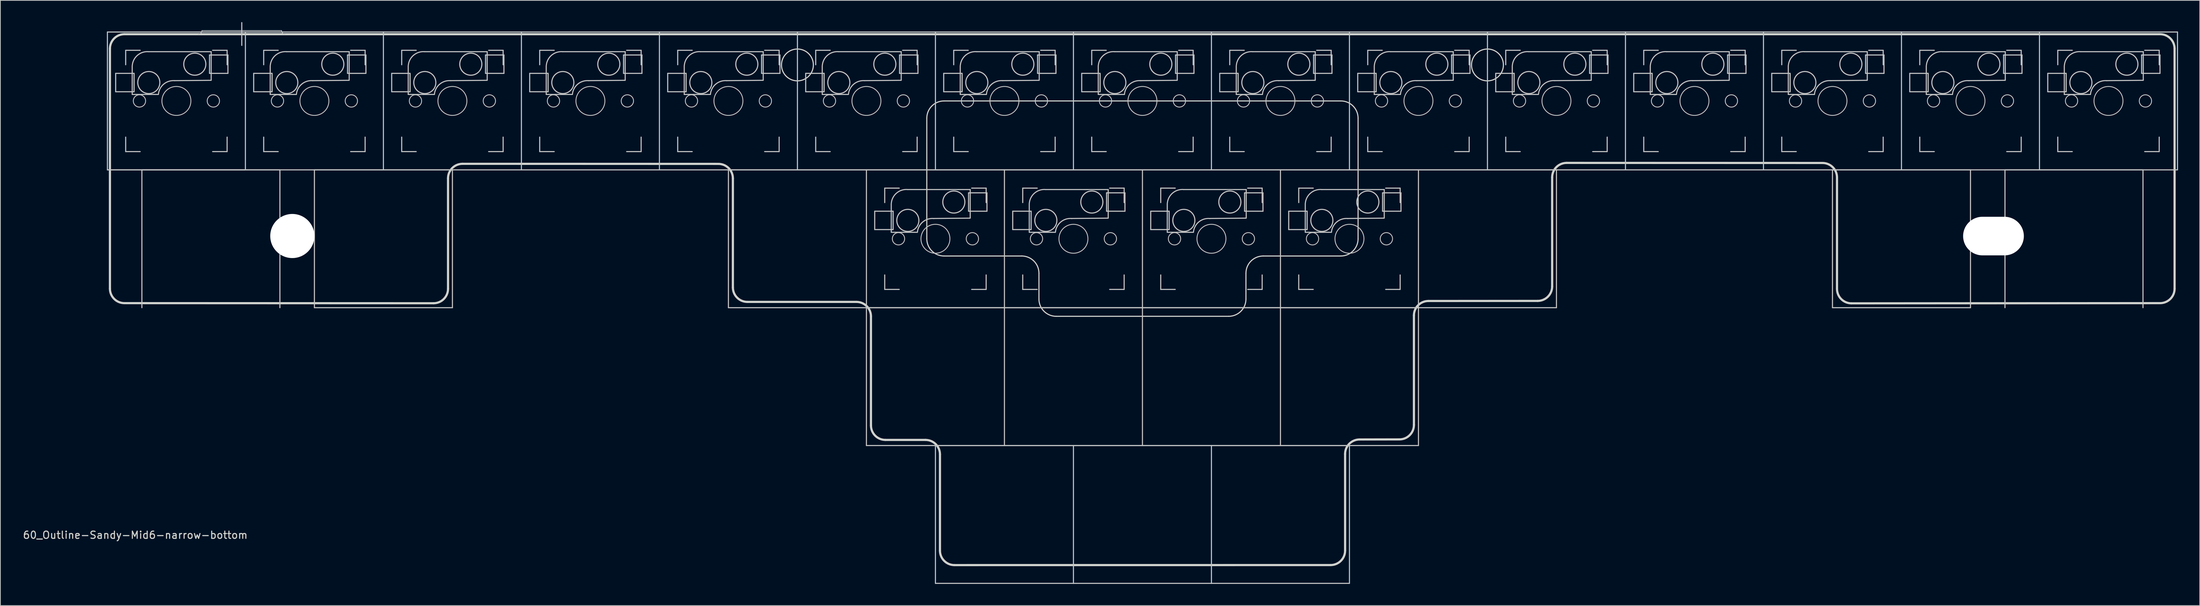
<source format=kicad_pcb>
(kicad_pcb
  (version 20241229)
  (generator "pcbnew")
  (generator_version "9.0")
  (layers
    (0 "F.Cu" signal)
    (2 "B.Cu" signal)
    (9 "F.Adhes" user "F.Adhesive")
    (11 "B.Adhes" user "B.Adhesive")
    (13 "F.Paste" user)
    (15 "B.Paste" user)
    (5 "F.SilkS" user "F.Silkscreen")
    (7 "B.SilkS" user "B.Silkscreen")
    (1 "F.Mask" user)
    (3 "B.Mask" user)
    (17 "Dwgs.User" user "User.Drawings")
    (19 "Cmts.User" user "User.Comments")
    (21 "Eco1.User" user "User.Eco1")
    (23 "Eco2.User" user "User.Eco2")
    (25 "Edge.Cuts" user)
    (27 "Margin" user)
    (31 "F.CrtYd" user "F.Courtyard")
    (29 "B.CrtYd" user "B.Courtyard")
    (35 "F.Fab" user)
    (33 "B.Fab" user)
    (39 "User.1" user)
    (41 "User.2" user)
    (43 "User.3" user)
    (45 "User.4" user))
  (footprint "60_Outline-Sandy-Mid6-narrow-bottom"
    (layer "F.Cu")
    (at 154.65 39.475)
    (property "Reference" "60_Outline-Sandy-Mid6-narrow-bottom" (at -139.025 31.425 0) (layer "Edge.Cuts") (effects (font (size 1 1) (thickness 0.15))))
    (attr through_hole)
    (fp_line (start -142.875 -38.1) (end -123.825 -38.1) (stroke (width 0.15) (type solid)) (layer "Dwgs.User"))
    (fp_line (start -142.875 -19.05) (end -142.875 -38.1) (stroke (width 0.15) (type solid)) (layer "Dwgs.User"))
    (fp_line (start -141.732 -32.385) (end -141.732 -29.845) (stroke (width 0.15) (type solid)) (layer "Dwgs.User"))
    (fp_line (start -141.732 -29.845) (end -139.192 -29.845) (stroke (width 0.15) (type solid)) (layer "Dwgs.User"))
    (fp_line (start -140.35 -35.575) (end -140.35 -33.575) (stroke (width 0.15) (type solid)) (layer "Dwgs.User"))
    (fp_line (start -140.35 -23.575) (end -140.35 -21.575) (stroke (width 0.15) (type solid)) (layer "Dwgs.User"))
    (fp_line (start -140.35 -21.575) (end -138.35 -21.575) (stroke (width 0.15) (type solid)) (layer "Dwgs.User"))
    (fp_line (start -139.45 -33.425) (end -139.45 -29.48) (stroke (width 0.15) (type solid)) (layer "Dwgs.User"))
    (fp_line (start -139.45 -29.471) (end -135.84 -29.471) (stroke (width 0.15) (type solid)) (layer "Dwgs.User"))
    (fp_line (start -139.192 -32.385) (end -141.732 -32.385) (stroke (width 0.15) (type solid)) (layer "Dwgs.User"))
    (fp_line (start -139.192 -29.845) (end -139.192 -32.385) (stroke (width 0.15) (type solid)) (layer "Dwgs.User"))
    (fp_line (start -138.35 -35.575) (end -140.35 -35.575) (stroke (width 0.15) (type solid)) (layer "Dwgs.User"))
    (fp_line (start -138.113 -19.05) (end -119.062 -19.05) (stroke (width 0.15) (type solid)) (layer "Dwgs.User"))
    (fp_line (start -138.113 0) (end -138.113 -19.05) (stroke (width 0.15) (type solid)) (layer "Dwgs.User"))
    (fp_line (start -129.825 -38.3) (end -118.825 -38.3) (stroke (width 0.1) (type solid)) (layer "Dwgs.User"))
    (fp_line (start -128.778 -34.925) (end -126.238 -34.925) (stroke (width 0.15) (type solid)) (layer "Dwgs.User"))
    (fp_line (start -128.778 -32.385) (end -128.778 -34.925) (stroke (width 0.15) (type solid)) (layer "Dwgs.User"))
    (fp_line (start -128.55 -35.379) (end -137.175 -35.379) (stroke (width 0.15) (type solid)) (layer "Dwgs.User"))
    (fp_line (start -128.55 -31.471) (end -128.55 -35.379) (stroke (width 0.15) (type solid)) (layer "Dwgs.User"))
    (fp_line (start -128.55 -31.425) (end -133.6 -31.379) (stroke (width 0.15) (type solid)) (layer "Dwgs.User"))
    (fp_line (start -128.35 -35.575) (end -126.35 -35.575) (stroke (width 0.15) (type solid)) (layer "Dwgs.User"))
    (fp_line (start -128.35 -21.575) (end -126.35 -21.575) (stroke (width 0.15) (type solid)) (layer "Dwgs.User"))
    (fp_line (start -126.35 -35.575) (end -126.35 -33.575) (stroke (width 0.15) (type solid)) (layer "Dwgs.User"))
    (fp_line (start -126.35 -21.575) (end -126.35 -23.575) (stroke (width 0.15) (type solid)) (layer "Dwgs.User"))
    (fp_line (start -126.238 -34.925) (end -126.238 -32.385) (stroke (width 0.15) (type solid)) (layer "Dwgs.User"))
    (fp_line (start -126.238 -32.385) (end -128.778 -32.385) (stroke (width 0.15) (type solid)) (layer "Dwgs.User"))
    (fp_line (start -124.325 -39.4) (end -124.325 -36.25) (stroke (width 0.15) (type solid)) (layer "Dwgs.User"))
    (fp_line (start -123.825 -38.1) (end -123.825 -19.05) (stroke (width 0.15) (type solid)) (layer "Dwgs.User"))
    (fp_line (start -123.825 -38.1) (end -104.775 -38.1) (stroke (width 0.15) (type solid)) (layer "Dwgs.User"))
    (fp_line (start -123.825 -19.05) (end -142.875 -19.05) (stroke (width 0.15) (type solid)) (layer "Dwgs.User"))
    (fp_line (start -123.825 -19.05) (end -142.875 -19.05) (stroke (width 0.15) (type solid)) (layer "Dwgs.User"))
    (fp_line (start -122.682 -32.385) (end -122.682 -29.845) (stroke (width 0.15) (type solid)) (layer "Dwgs.User"))
    (fp_line (start -122.682 -29.845) (end -120.142 -29.845) (stroke (width 0.15) (type solid)) (layer "Dwgs.User"))
    (fp_line (start -121.3 -35.575) (end -121.3 -33.575) (stroke (width 0.15) (type solid)) (layer "Dwgs.User"))
    (fp_line (start -121.3 -23.575) (end -121.3 -21.575) (stroke (width 0.15) (type solid)) (layer "Dwgs.User"))
    (fp_line (start -121.3 -21.575) (end -119.3 -21.575) (stroke (width 0.15) (type solid)) (layer "Dwgs.User"))
    (fp_line (start -120.4 -33.425) (end -120.4 -29.48) (stroke (width 0.15) (type solid)) (layer "Dwgs.User"))
    (fp_line (start -120.4 -29.471) (end -116.79 -29.471) (stroke (width 0.15) (type solid)) (layer "Dwgs.User"))
    (fp_line (start -120.142 -32.385) (end -122.682 -32.385) (stroke (width 0.15) (type solid)) (layer "Dwgs.User"))
    (fp_line (start -120.142 -29.845) (end -120.142 -32.385) (stroke (width 0.15) (type solid)) (layer "Dwgs.User"))
    (fp_line (start -119.3 -35.575) (end -121.3 -35.575) (stroke (width 0.15) (type solid)) (layer "Dwgs.User"))
    (fp_line (start -119.062 -19.05) (end -119.062 0) (stroke (width 0.15) (type solid)) (layer "Dwgs.User"))
    (fp_line (start -114.3 -19.05) (end -95.25 -19.05) (stroke (width 0.15) (type solid)) (layer "Dwgs.User"))
    (fp_line (start -114.3 0) (end -114.3 -19.05) (stroke (width 0.15) (type solid)) (layer "Dwgs.User"))
    (fp_line (start -109.728 -34.925) (end -107.188 -34.925) (stroke (width 0.15) (type solid)) (layer "Dwgs.User"))
    (fp_line (start -109.728 -32.385) (end -109.728 -34.925) (stroke (width 0.15) (type solid)) (layer "Dwgs.User"))
    (fp_line (start -109.5 -35.379) (end -118.125 -35.379) (stroke (width 0.15) (type solid)) (layer "Dwgs.User"))
    (fp_line (start -109.5 -31.471) (end -109.5 -35.379) (stroke (width 0.15) (type solid)) (layer "Dwgs.User"))
    (fp_line (start -109.5 -31.425) (end -114.55 -31.379) (stroke (width 0.15) (type solid)) (layer "Dwgs.User"))
    (fp_line (start -109.3 -35.575) (end -107.3 -35.575) (stroke (width 0.15) (type solid)) (layer "Dwgs.User"))
    (fp_line (start -109.3 -21.575) (end -107.3 -21.575) (stroke (width 0.15) (type solid)) (layer "Dwgs.User"))
    (fp_line (start -107.3 -35.575) (end -107.3 -33.575) (stroke (width 0.15) (type solid)) (layer "Dwgs.User"))
    (fp_line (start -107.3 -21.575) (end -107.3 -23.575) (stroke (width 0.15) (type solid)) (layer "Dwgs.User"))
    (fp_line (start -107.188 -34.925) (end -107.188 -32.385) (stroke (width 0.15) (type solid)) (layer "Dwgs.User"))
    (fp_line (start -107.188 -32.385) (end -109.728 -32.385) (stroke (width 0.15) (type solid)) (layer "Dwgs.User"))
    (fp_line (start -104.775 -38.1) (end -85.725 -38.1) (stroke (width 0.15) (type solid)) (layer "Dwgs.User"))
    (fp_line (start -104.775 -19.05) (end -123.825 -19.05) (stroke (width 0.15) (type solid)) (layer "Dwgs.User"))
    (fp_line (start -104.775 -19.05) (end -104.775 -38.1) (stroke (width 0.15) (type solid)) (layer "Dwgs.User"))
    (fp_line (start -103.632 -32.385) (end -103.632 -29.845) (stroke (width 0.15) (type solid)) (layer "Dwgs.User"))
    (fp_line (start -103.632 -29.845) (end -101.092 -29.845) (stroke (width 0.15) (type solid)) (layer "Dwgs.User"))
    (fp_line (start -102.25 -35.575) (end -102.25 -33.575) (stroke (width 0.15) (type solid)) (layer "Dwgs.User"))
    (fp_line (start -102.25 -23.575) (end -102.25 -21.575) (stroke (width 0.15) (type solid)) (layer "Dwgs.User"))
    (fp_line (start -102.25 -21.575) (end -100.25 -21.575) (stroke (width 0.15) (type solid)) (layer "Dwgs.User"))
    (fp_line (start -101.35 -33.425) (end -101.35 -29.48) (stroke (width 0.15) (type solid)) (layer "Dwgs.User"))
    (fp_line (start -101.35 -29.471) (end -97.74 -29.471) (stroke (width 0.15) (type solid)) (layer "Dwgs.User"))
    (fp_line (start -101.092 -32.385) (end -103.632 -32.385) (stroke (width 0.15) (type solid)) (layer "Dwgs.User"))
    (fp_line (start -101.092 -29.845) (end -101.092 -32.385) (stroke (width 0.15) (type solid)) (layer "Dwgs.User"))
    (fp_line (start -100.25 -35.575) (end -102.25 -35.575) (stroke (width 0.15) (type solid)) (layer "Dwgs.User"))
    (fp_line (start -95.25 -19.05) (end -95.25 0) (stroke (width 0.15) (type solid)) (layer "Dwgs.User"))
    (fp_line (start -95.25 0) (end -114.3 0) (stroke (width 0.15) (type solid)) (layer "Dwgs.User"))
    (fp_line (start -90.678 -34.925) (end -88.138 -34.925) (stroke (width 0.15) (type solid)) (layer "Dwgs.User"))
    (fp_line (start -90.678 -32.385) (end -90.678 -34.925) (stroke (width 0.15) (type solid)) (layer "Dwgs.User"))
    (fp_line (start -90.45 -35.379) (end -99.075 -35.379) (stroke (width 0.15) (type solid)) (layer "Dwgs.User"))
    (fp_line (start -90.45 -31.471) (end -90.45 -35.379) (stroke (width 0.15) (type solid)) (layer "Dwgs.User"))
    (fp_line (start -90.45 -31.425) (end -95.5 -31.379) (stroke (width 0.15) (type solid)) (layer "Dwgs.User"))
    (fp_line (start -90.25 -35.575) (end -88.25 -35.575) (stroke (width 0.15) (type solid)) (layer "Dwgs.User"))
    (fp_line (start -90.25 -21.575) (end -88.25 -21.575) (stroke (width 0.15) (type solid)) (layer "Dwgs.User"))
    (fp_line (start -88.25 -35.575) (end -88.25 -33.575) (stroke (width 0.15) (type solid)) (layer "Dwgs.User"))
    (fp_line (start -88.25 -21.575) (end -88.25 -23.575) (stroke (width 0.15) (type solid)) (layer "Dwgs.User"))
    (fp_line (start -88.138 -34.925) (end -88.138 -32.385) (stroke (width 0.15) (type solid)) (layer "Dwgs.User"))
    (fp_line (start -88.138 -32.385) (end -90.678 -32.385) (stroke (width 0.15) (type solid)) (layer "Dwgs.User"))
    (fp_line (start -85.725 -38.1) (end -85.725 -19.05) (stroke (width 0.15) (type solid)) (layer "Dwgs.User"))
    (fp_line (start -85.725 -38.1) (end -66.675 -38.1) (stroke (width 0.15) (type solid)) (layer "Dwgs.User"))
    (fp_line (start -85.725 -19.05) (end -104.775 -19.05) (stroke (width 0.15) (type solid)) (layer "Dwgs.User"))
    (fp_line (start -84.582 -32.385) (end -84.582 -29.845) (stroke (width 0.15) (type solid)) (layer "Dwgs.User"))
    (fp_line (start -84.582 -29.845) (end -82.042 -29.845) (stroke (width 0.15) (type solid)) (layer "Dwgs.User"))
    (fp_line (start -83.2 -35.575) (end -83.2 -33.575) (stroke (width 0.15) (type solid)) (layer "Dwgs.User"))
    (fp_line (start -83.2 -23.575) (end -83.2 -21.575) (stroke (width 0.15) (type solid)) (layer "Dwgs.User"))
    (fp_line (start -83.2 -21.575) (end -81.2 -21.575) (stroke (width 0.15) (type solid)) (layer "Dwgs.User"))
    (fp_line (start -82.3 -33.425) (end -82.3 -29.48) (stroke (width 0.15) (type solid)) (layer "Dwgs.User"))
    (fp_line (start -82.3 -29.471) (end -78.69 -29.471) (stroke (width 0.15) (type solid)) (layer "Dwgs.User"))
    (fp_line (start -82.042 -32.385) (end -84.582 -32.385) (stroke (width 0.15) (type solid)) (layer "Dwgs.User"))
    (fp_line (start -82.042 -29.845) (end -82.042 -32.385) (stroke (width 0.15) (type solid)) (layer "Dwgs.User"))
    (fp_line (start -81.2 -35.575) (end -83.2 -35.575) (stroke (width 0.15) (type solid)) (layer "Dwgs.User"))
    (fp_line (start -71.628 -34.925) (end -69.088 -34.925) (stroke (width 0.15) (type solid)) (layer "Dwgs.User"))
    (fp_line (start -71.628 -32.385) (end -71.628 -34.925) (stroke (width 0.15) (type solid)) (layer "Dwgs.User"))
    (fp_line (start -71.4 -35.379) (end -80.025 -35.379) (stroke (width 0.15) (type solid)) (layer "Dwgs.User"))
    (fp_line (start -71.4 -31.471) (end -71.4 -35.379) (stroke (width 0.15) (type solid)) (layer "Dwgs.User"))
    (fp_line (start -71.4 -31.425) (end -76.45 -31.379) (stroke (width 0.15) (type solid)) (layer "Dwgs.User"))
    (fp_line (start -71.2 -35.575) (end -69.2 -35.575) (stroke (width 0.15) (type solid)) (layer "Dwgs.User"))
    (fp_line (start -71.2 -21.575) (end -69.2 -21.575) (stroke (width 0.15) (type solid)) (layer "Dwgs.User"))
    (fp_line (start -69.2 -35.575) (end -69.2 -33.575) (stroke (width 0.15) (type solid)) (layer "Dwgs.User"))
    (fp_line (start -69.2 -21.575) (end -69.2 -23.575) (stroke (width 0.15) (type solid)) (layer "Dwgs.User"))
    (fp_line (start -69.088 -34.925) (end -69.088 -32.385) (stroke (width 0.15) (type solid)) (layer "Dwgs.User"))
    (fp_line (start -69.088 -32.385) (end -71.628 -32.385) (stroke (width 0.15) (type solid)) (layer "Dwgs.User"))
    (fp_line (start -66.675 -38.1) (end -66.675 -19.05) (stroke (width 0.15) (type solid)) (layer "Dwgs.User"))
    (fp_line (start -66.675 -38.1) (end -47.625 -38.1) (stroke (width 0.15) (type solid)) (layer "Dwgs.User"))
    (fp_line (start -66.675 -19.05) (end -85.725 -19.05) (stroke (width 0.15) (type solid)) (layer "Dwgs.User"))
    (fp_line (start -65.532 -32.385) (end -65.532 -29.845) (stroke (width 0.15) (type solid)) (layer "Dwgs.User"))
    (fp_line (start -65.532 -29.845) (end -62.992 -29.845) (stroke (width 0.15) (type solid)) (layer "Dwgs.User"))
    (fp_line (start -64.15 -35.575) (end -64.15 -33.575) (stroke (width 0.15) (type solid)) (layer "Dwgs.User"))
    (fp_line (start -64.15 -23.575) (end -64.15 -21.575) (stroke (width 0.15) (type solid)) (layer "Dwgs.User"))
    (fp_line (start -64.15 -21.575) (end -62.15 -21.575) (stroke (width 0.15) (type solid)) (layer "Dwgs.User"))
    (fp_line (start -63.25 -33.425) (end -63.25 -29.48) (stroke (width 0.15) (type solid)) (layer "Dwgs.User"))
    (fp_line (start -63.25 -29.471) (end -59.64 -29.471) (stroke (width 0.15) (type solid)) (layer "Dwgs.User"))
    (fp_line (start -62.992 -32.385) (end -65.532 -32.385) (stroke (width 0.15) (type solid)) (layer "Dwgs.User"))
    (fp_line (start -62.992 -29.845) (end -62.992 -32.385) (stroke (width 0.15) (type solid)) (layer "Dwgs.User"))
    (fp_line (start -62.15 -35.575) (end -64.15 -35.575) (stroke (width 0.15) (type solid)) (layer "Dwgs.User"))
    (fp_line (start -57.15 -19.05) (end -38.1 -19.05) (stroke (width 0.15) (type solid)) (layer "Dwgs.User"))
    (fp_line (start -57.15 0) (end -57.15 -19.05) (stroke (width 0.15) (type solid)) (layer "Dwgs.User"))
    (fp_line (start -52.578 -34.925) (end -50.038 -34.925) (stroke (width 0.15) (type solid)) (layer "Dwgs.User"))
    (fp_line (start -52.578 -32.385) (end -52.578 -34.925) (stroke (width 0.15) (type solid)) (layer "Dwgs.User"))
    (fp_line (start -52.35 -35.379) (end -60.975 -35.379) (stroke (width 0.15) (type solid)) (layer "Dwgs.User"))
    (fp_line (start -52.35 -31.471) (end -52.35 -35.379) (stroke (width 0.15) (type solid)) (layer "Dwgs.User"))
    (fp_line (start -52.35 -31.425) (end -57.4 -31.379) (stroke (width 0.15) (type solid)) (layer "Dwgs.User"))
    (fp_line (start -52.15 -35.575) (end -50.15 -35.575) (stroke (width 0.15) (type solid)) (layer "Dwgs.User"))
    (fp_line (start -52.15 -21.575) (end -50.15 -21.575) (stroke (width 0.15) (type solid)) (layer "Dwgs.User"))
    (fp_line (start -50.15 -35.575) (end -50.15 -33.575) (stroke (width 0.15) (type solid)) (layer "Dwgs.User"))
    (fp_line (start -50.15 -21.575) (end -50.15 -23.575) (stroke (width 0.15) (type solid)) (layer "Dwgs.User"))
    (fp_line (start -50.038 -34.925) (end -50.038 -32.385) (stroke (width 0.15) (type solid)) (layer "Dwgs.User"))
    (fp_line (start -50.038 -32.385) (end -52.578 -32.385) (stroke (width 0.15) (type solid)) (layer "Dwgs.User"))
    (fp_line (start -47.625 -38.1) (end -28.575 -38.1) (stroke (width 0.15) (type solid)) (layer "Dwgs.User"))
    (fp_line (start -47.625 -19.05) (end -66.675 -19.05) (stroke (width 0.15) (type solid)) (layer "Dwgs.User"))
    (fp_line (start -47.625 -19.05) (end -47.625 -38.1) (stroke (width 0.15) (type solid)) (layer "Dwgs.User"))
    (fp_line (start -46.482 -32.385) (end -46.482 -29.845) (stroke (width 0.15) (type solid)) (layer "Dwgs.User"))
    (fp_line (start -46.482 -29.845) (end -43.942 -29.845) (stroke (width 0.15) (type solid)) (layer "Dwgs.User"))
    (fp_line (start -45.1 -35.575) (end -45.1 -33.575) (stroke (width 0.15) (type solid)) (layer "Dwgs.User"))
    (fp_line (start -45.1 -23.575) (end -45.1 -21.575) (stroke (width 0.15) (type solid)) (layer "Dwgs.User"))
    (fp_line (start -45.1 -21.575) (end -43.1 -21.575) (stroke (width 0.15) (type solid)) (layer "Dwgs.User"))
    (fp_line (start -44.2 -33.425) (end -44.2 -29.48) (stroke (width 0.15) (type solid)) (layer "Dwgs.User"))
    (fp_line (start -44.2 -29.471) (end -40.59 -29.471) (stroke (width 0.15) (type solid)) (layer "Dwgs.User"))
    (fp_line (start -43.942 -32.385) (end -46.482 -32.385) (stroke (width 0.15) (type solid)) (layer "Dwgs.User"))
    (fp_line (start -43.942 -29.845) (end -43.942 -32.385) (stroke (width 0.15) (type solid)) (layer "Dwgs.User"))
    (fp_line (start -43.1 -35.575) (end -45.1 -35.575) (stroke (width 0.15) (type solid)) (layer "Dwgs.User"))
    (fp_line (start -38.1 -19.05) (end -19.05 -19.05) (stroke (width 0.15) (type solid)) (layer "Dwgs.User"))
    (fp_line (start -38.1 0) (end -57.15 0) (stroke (width 0.15) (type solid)) (layer "Dwgs.User"))
    (fp_line (start -38.1 0) (end -38.1 -19.05) (stroke (width 0.15) (type solid)) (layer "Dwgs.User"))
    (fp_line (start -38.1 0) (end -19.05 0) (stroke (width 0.15) (type solid)) (layer "Dwgs.User"))
    (fp_line (start -38.1 19.05) (end -38.1 0) (stroke (width 0.15) (type solid)) (layer "Dwgs.User"))
    (fp_line (start -36.957 -13.335) (end -36.957 -10.795) (stroke (width 0.15) (type solid)) (layer "Dwgs.User"))
    (fp_line (start -36.957 -10.795) (end -34.417 -10.795) (stroke (width 0.15) (type solid)) (layer "Dwgs.User"))
    (fp_line (start -35.575 -16.525) (end -35.575 -14.525) (stroke (width 0.15) (type solid)) (layer "Dwgs.User"))
    (fp_line (start -35.575 -4.525) (end -35.575 -2.525) (stroke (width 0.15) (type solid)) (layer "Dwgs.User"))
    (fp_line (start -35.575 -2.525) (end -33.575 -2.525) (stroke (width 0.15) (type solid)) (layer "Dwgs.User"))
    (fp_line (start -34.675 -14.375) (end -34.675 -10.43) (stroke (width 0.15) (type solid)) (layer "Dwgs.User"))
    (fp_line (start -34.675 -10.421) (end -31.065 -10.421) (stroke (width 0.15) (type solid)) (layer "Dwgs.User"))
    (fp_line (start -34.417 -13.335) (end -36.957 -13.335) (stroke (width 0.15) (type solid)) (layer "Dwgs.User"))
    (fp_line (start -34.417 -10.795) (end -34.417 -13.335) (stroke (width 0.15) (type solid)) (layer "Dwgs.User"))
    (fp_line (start -33.575 -16.525) (end -35.575 -16.525) (stroke (width 0.15) (type solid)) (layer "Dwgs.User"))
    (fp_line (start -33.528 -34.925) (end -30.988 -34.925) (stroke (width 0.15) (type solid)) (layer "Dwgs.User"))
    (fp_line (start -33.528 -32.385) (end -33.528 -34.925) (stroke (width 0.15) (type solid)) (layer "Dwgs.User"))
    (fp_line (start -33.3 -35.379) (end -41.925 -35.379) (stroke (width 0.15) (type solid)) (layer "Dwgs.User"))
    (fp_line (start -33.3 -31.471) (end -33.3 -35.379) (stroke (width 0.15) (type solid)) (layer "Dwgs.User"))
    (fp_line (start -33.3 -31.425) (end -38.35 -31.379) (stroke (width 0.15) (type solid)) (layer "Dwgs.User"))
    (fp_line (start -33.1 -35.575) (end -31.1 -35.575) (stroke (width 0.15) (type solid)) (layer "Dwgs.User"))
    (fp_line (start -33.1 -21.575) (end -31.1 -21.575) (stroke (width 0.15) (type solid)) (layer "Dwgs.User"))
    (fp_line (start -31.1 -35.575) (end -31.1 -33.575) (stroke (width 0.15) (type solid)) (layer "Dwgs.User"))
    (fp_line (start -31.1 -21.575) (end -31.1 -23.575) (stroke (width 0.15) (type solid)) (layer "Dwgs.User"))
    (fp_line (start -30.988 -34.925) (end -30.988 -32.385) (stroke (width 0.15) (type solid)) (layer "Dwgs.User"))
    (fp_line (start -30.988 -32.385) (end -33.528 -32.385) (stroke (width 0.15) (type solid)) (layer "Dwgs.User"))
    (fp_line (start -28.575 -38.1) (end -9.525 -38.1) (stroke (width 0.15) (type solid)) (layer "Dwgs.User"))
    (fp_line (start -28.575 -19.05) (end -47.625 -19.05) (stroke (width 0.15) (type solid)) (layer "Dwgs.User"))
    (fp_line (start -28.575 -19.05) (end -28.575 -38.1) (stroke (width 0.15) (type solid)) (layer "Dwgs.User"))
    (fp_line (start -28.575 19.05) (end -9.525 19.05) (stroke (width 0.15) (type solid)) (layer "Dwgs.User"))
    (fp_line (start -28.575 38.1) (end -28.575 19.05) (stroke (width 0.15) (type solid)) (layer "Dwgs.User"))
    (fp_line (start -27.432 -32.385) (end -27.432 -29.845) (stroke (width 0.15) (type solid)) (layer "Dwgs.User"))
    (fp_line (start -27.432 -29.845) (end -24.892 -29.845) (stroke (width 0.15) (type solid)) (layer "Dwgs.User"))
    (fp_line (start -26.05 -35.575) (end -26.05 -33.575) (stroke (width 0.15) (type solid)) (layer "Dwgs.User"))
    (fp_line (start -26.05 -23.575) (end -26.05 -21.575) (stroke (width 0.15) (type solid)) (layer "Dwgs.User"))
    (fp_line (start -26.05 -21.575) (end -24.05 -21.575) (stroke (width 0.15) (type solid)) (layer "Dwgs.User"))
    (fp_line (start -25.15 -33.425) (end -25.15 -29.48) (stroke (width 0.15) (type solid)) (layer "Dwgs.User"))
    (fp_line (start -25.15 -29.471) (end -21.54 -29.471) (stroke (width 0.15) (type solid)) (layer "Dwgs.User"))
    (fp_line (start -24.892 -32.385) (end -27.432 -32.385) (stroke (width 0.15) (type solid)) (layer "Dwgs.User"))
    (fp_line (start -24.892 -29.845) (end -24.892 -32.385) (stroke (width 0.15) (type solid)) (layer "Dwgs.User"))
    (fp_line (start -24.05 -35.575) (end -26.05 -35.575) (stroke (width 0.15) (type solid)) (layer "Dwgs.User"))
    (fp_line (start -24.003 -15.875) (end -21.463 -15.875) (stroke (width 0.15) (type solid)) (layer "Dwgs.User"))
    (fp_line (start -24.003 -13.335) (end -24.003 -15.875) (stroke (width 0.15) (type solid)) (layer "Dwgs.User"))
    (fp_line (start -23.775 -16.329) (end -32.4 -16.329) (stroke (width 0.15) (type solid)) (layer "Dwgs.User"))
    (fp_line (start -23.775 -12.421) (end -23.775 -16.329) (stroke (width 0.15) (type solid)) (layer "Dwgs.User"))
    (fp_line (start -23.775 -12.375) (end -28.825 -12.329) (stroke (width 0.15) (type solid)) (layer "Dwgs.User"))
    (fp_line (start -23.575 -16.525) (end -21.575 -16.525) (stroke (width 0.15) (type solid)) (layer "Dwgs.User"))
    (fp_line (start -23.575 -2.525) (end -21.575 -2.525) (stroke (width 0.15) (type solid)) (layer "Dwgs.User"))
    (fp_line (start -21.575 -16.525) (end -21.575 -14.525) (stroke (width 0.15) (type solid)) (layer "Dwgs.User"))
    (fp_line (start -21.575 -2.525) (end -21.575 -4.525) (stroke (width 0.15) (type solid)) (layer "Dwgs.User"))
    (fp_line (start -21.463 -15.875) (end -21.463 -13.335) (stroke (width 0.15) (type solid)) (layer "Dwgs.User"))
    (fp_line (start -21.463 -13.335) (end -24.003 -13.335) (stroke (width 0.15) (type solid)) (layer "Dwgs.User"))
    (fp_line (start -19.05 -19.05) (end -19.05 0) (stroke (width 0.15) (type solid)) (layer "Dwgs.User"))
    (fp_line (start -19.05 -19.05) (end 0 -19.05) (stroke (width 0.15) (type solid)) (layer "Dwgs.User"))
    (fp_line (start -19.05 0) (end -38.1 0) (stroke (width 0.15) (type solid)) (layer "Dwgs.User"))
    (fp_line (start -19.05 0) (end 0 0) (stroke (width 0.15) (type solid)) (layer "Dwgs.User"))
    (fp_line (start -19.05 19.05) (end -38.1 19.05) (stroke (width 0.15) (type solid)) (layer "Dwgs.User"))
    (fp_line (start -19.05 19.05) (end -19.05 0) (stroke (width 0.15) (type solid)) (layer "Dwgs.User"))
    (fp_line (start -17.907 -13.335) (end -17.907 -10.795) (stroke (width 0.15) (type solid)) (layer "Dwgs.User"))
    (fp_line (start -17.907 -10.795) (end -15.367 -10.795) (stroke (width 0.15) (type solid)) (layer "Dwgs.User"))
    (fp_line (start -16.525 -16.525) (end -16.525 -14.525) (stroke (width 0.15) (type solid)) (layer "Dwgs.User"))
    (fp_line (start -16.525 -4.525) (end -16.525 -2.525) (stroke (width 0.15) (type solid)) (layer "Dwgs.User"))
    (fp_line (start -16.525 -2.525) (end -14.525 -2.525) (stroke (width 0.15) (type solid)) (layer "Dwgs.User"))
    (fp_line (start -15.625 -14.375) (end -15.625 -10.43) (stroke (width 0.15) (type solid)) (layer "Dwgs.User"))
    (fp_line (start -15.625 -10.421) (end -12.015 -10.421) (stroke (width 0.15) (type solid)) (layer "Dwgs.User"))
    (fp_line (start -15.367 -13.335) (end -17.907 -13.335) (stroke (width 0.15) (type solid)) (layer "Dwgs.User"))
    (fp_line (start -15.367 -10.795) (end -15.367 -13.335) (stroke (width 0.15) (type solid)) (layer "Dwgs.User"))
    (fp_line (start -14.525 -16.525) (end -16.525 -16.525) (stroke (width 0.15) (type solid)) (layer "Dwgs.User"))
    (fp_line (start -14.478 -34.925) (end -11.938 -34.925) (stroke (width 0.15) (type solid)) (layer "Dwgs.User"))
    (fp_line (start -14.478 -32.385) (end -14.478 -34.925) (stroke (width 0.15) (type solid)) (layer "Dwgs.User"))
    (fp_line (start -14.25 -35.379) (end -22.875 -35.379) (stroke (width 0.15) (type solid)) (layer "Dwgs.User"))
    (fp_line (start -14.25 -31.471) (end -14.25 -35.379) (stroke (width 0.15) (type solid)) (layer "Dwgs.User"))
    (fp_line (start -14.25 -31.425) (end -19.3 -31.379) (stroke (width 0.15) (type solid)) (layer "Dwgs.User"))
    (fp_line (start -14.05 -35.575) (end -12.05 -35.575) (stroke (width 0.15) (type solid)) (layer "Dwgs.User"))
    (fp_line (start -14.05 -21.575) (end -12.05 -21.575) (stroke (width 0.15) (type solid)) (layer "Dwgs.User"))
    (fp_line (start -12.05 -35.575) (end -12.05 -33.575) (stroke (width 0.15) (type solid)) (layer "Dwgs.User"))
    (fp_line (start -12.05 -21.575) (end -12.05 -23.575) (stroke (width 0.15) (type solid)) (layer "Dwgs.User"))
    (fp_line (start -11.938 -34.925) (end -11.938 -32.385) (stroke (width 0.15) (type solid)) (layer "Dwgs.User"))
    (fp_line (start -11.938 -32.385) (end -14.478 -32.385) (stroke (width 0.15) (type solid)) (layer "Dwgs.User"))
    (fp_line (start -9.525 -38.1) (end 9.525 -38.1) (stroke (width 0.15) (type solid)) (layer "Dwgs.User"))
    (fp_line (start -9.525 -19.05) (end -28.575 -19.05) (stroke (width 0.15) (type solid)) (layer "Dwgs.User"))
    (fp_line (start -9.525 -19.05) (end -9.525 -38.1) (stroke (width 0.15) (type solid)) (layer "Dwgs.User"))
    (fp_line (start -9.525 19.05) (end 9.525 19.05) (stroke (width 0.15) (type solid)) (layer "Dwgs.User"))
    (fp_line (start -9.525 38.1) (end -28.575 38.1) (stroke (width 0.15) (type solid)) (layer "Dwgs.User"))
    (fp_line (start -9.525 38.1) (end -9.525 19.05) (stroke (width 0.15) (type solid)) (layer "Dwgs.User"))
    (fp_line (start -8.382 -32.385) (end -8.382 -29.845) (stroke (width 0.15) (type solid)) (layer "Dwgs.User"))
    (fp_line (start -8.382 -29.845) (end -5.842 -29.845) (stroke (width 0.15) (type solid)) (layer "Dwgs.User"))
    (fp_line (start -7 -35.575) (end -7 -33.575) (stroke (width 0.15) (type solid)) (layer "Dwgs.User"))
    (fp_line (start -7 -23.575) (end -7 -21.575) (stroke (width 0.15) (type solid)) (layer "Dwgs.User"))
    (fp_line (start -7 -21.575) (end -5 -21.575) (stroke (width 0.15) (type solid)) (layer "Dwgs.User"))
    (fp_line (start -6.1 -33.425) (end -6.1 -29.48) (stroke (width 0.15) (type solid)) (layer "Dwgs.User"))
    (fp_line (start -6.1 -29.471) (end -2.49 -29.471) (stroke (width 0.15) (type solid)) (layer "Dwgs.User"))
    (fp_line (start -5.842 -32.385) (end -8.382 -32.385) (stroke (width 0.15) (type solid)) (layer "Dwgs.User"))
    (fp_line (start -5.842 -29.845) (end -5.842 -32.385) (stroke (width 0.15) (type solid)) (layer "Dwgs.User"))
    (fp_line (start -5 -35.575) (end -7 -35.575) (stroke (width 0.15) (type solid)) (layer "Dwgs.User"))
    (fp_line (start -4.953 -15.875) (end -2.413 -15.875) (stroke (width 0.15) (type solid)) (layer "Dwgs.User"))
    (fp_line (start -4.953 -13.335) (end -4.953 -15.875) (stroke (width 0.15) (type solid)) (layer "Dwgs.User"))
    (fp_line (start -4.725 -16.329) (end -13.35 -16.329) (stroke (width 0.15) (type solid)) (layer "Dwgs.User"))
    (fp_line (start -4.725 -12.421) (end -4.725 -16.329) (stroke (width 0.15) (type solid)) (layer "Dwgs.User"))
    (fp_line (start -4.725 -12.375) (end -9.775 -12.329) (stroke (width 0.15) (type solid)) (layer "Dwgs.User"))
    (fp_line (start -4.525 -16.525) (end -2.525 -16.525) (stroke (width 0.15) (type solid)) (layer "Dwgs.User"))
    (fp_line (start -4.525 -2.525) (end -2.525 -2.525) (stroke (width 0.15) (type solid)) (layer "Dwgs.User"))
    (fp_line (start -2.525 -16.525) (end -2.525 -14.525) (stroke (width 0.15) (type solid)) (layer "Dwgs.User"))
    (fp_line (start -2.525 -2.525) (end -2.525 -4.525) (stroke (width 0.15) (type solid)) (layer "Dwgs.User"))
    (fp_line (start -2.413 -15.875) (end -2.413 -13.335) (stroke (width 0.15) (type solid)) (layer "Dwgs.User"))
    (fp_line (start -2.413 -13.335) (end -4.953 -13.335) (stroke (width 0.15) (type solid)) (layer "Dwgs.User"))
    (fp_line (start 0 -19.05) (end 0 0) (stroke (width 0.15) (type solid)) (layer "Dwgs.User"))
    (fp_line (start 0 -19.05) (end 19.05 -19.05) (stroke (width 0.15) (type solid)) (layer "Dwgs.User"))
    (fp_line (start 0 0) (end -19.05 0) (stroke (width 0.15) (type solid)) (layer "Dwgs.User"))
    (fp_line (start 0 0) (end 19.05 0) (stroke (width 0.15) (type solid)) (layer "Dwgs.User"))
    (fp_line (start 0 19.05) (end -19.05 19.05) (stroke (width 0.15) (type solid)) (layer "Dwgs.User"))
    (fp_line (start 0 19.05) (end 0 0) (stroke (width 0.15) (type solid)) (layer "Dwgs.User"))
    (fp_line (start 1.143 -13.335) (end 1.143 -10.795) (stroke (width 0.15) (type solid)) (layer "Dwgs.User"))
    (fp_line (start 1.143 -10.795) (end 3.683 -10.795) (stroke (width 0.15) (type solid)) (layer "Dwgs.User"))
    (fp_line (start 2.525 -16.525) (end 2.525 -14.525) (stroke (width 0.15) (type solid)) (layer "Dwgs.User"))
    (fp_line (start 2.525 -4.525) (end 2.525 -2.525) (stroke (width 0.15) (type solid)) (layer "Dwgs.User"))
    (fp_line (start 2.525 -2.525) (end 4.525 -2.525) (stroke (width 0.15) (type solid)) (layer "Dwgs.User"))
    (fp_line (start 3.425 -14.375) (end 3.425 -10.43) (stroke (width 0.15) (type solid)) (layer "Dwgs.User"))
    (fp_line (start 3.425 -10.421) (end 7.035 -10.421) (stroke (width 0.15) (type solid)) (layer "Dwgs.User"))
    (fp_line (start 3.683 -13.335) (end 1.143 -13.335) (stroke (width 0.15) (type solid)) (layer "Dwgs.User"))
    (fp_line (start 3.683 -10.795) (end 3.683 -13.335) (stroke (width 0.15) (type solid)) (layer "Dwgs.User"))
    (fp_line (start 4.525 -16.525) (end 2.525 -16.525) (stroke (width 0.15) (type solid)) (layer "Dwgs.User"))
    (fp_line (start 4.572 -34.925) (end 7.112 -34.925) (stroke (width 0.15) (type solid)) (layer "Dwgs.User"))
    (fp_line (start 4.572 -32.385) (end 4.572 -34.925) (stroke (width 0.15) (type solid)) (layer "Dwgs.User"))
    (fp_line (start 4.8 -35.379) (end -3.825 -35.379) (stroke (width 0.15) (type solid)) (layer "Dwgs.User"))
    (fp_line (start 4.8 -31.471) (end 4.8 -35.379) (stroke (width 0.15) (type solid)) (layer "Dwgs.User"))
    (fp_line (start 4.8 -31.425) (end -0.25 -31.379) (stroke (width 0.15) (type solid)) (layer "Dwgs.User"))
    (fp_line (start 5 -35.575) (end 7 -35.575) (stroke (width 0.15) (type solid)) (layer "Dwgs.User"))
    (fp_line (start 5 -21.575) (end 7 -21.575) (stroke (width 0.15) (type solid)) (layer "Dwgs.User"))
    (fp_line (start 7 -35.575) (end 7 -33.575) (stroke (width 0.15) (type solid)) (layer "Dwgs.User"))
    (fp_line (start 7 -21.575) (end 7 -23.575) (stroke (width 0.15) (type solid)) (layer "Dwgs.User"))
    (fp_line (start 7.112 -34.925) (end 7.112 -32.385) (stroke (width 0.15) (type solid)) (layer "Dwgs.User"))
    (fp_line (start 7.112 -32.385) (end 4.572 -32.385) (stroke (width 0.15) (type solid)) (layer "Dwgs.User"))
    (fp_line (start 9.525 -38.1) (end 28.575 -38.1) (stroke (width 0.15) (type solid)) (layer "Dwgs.User"))
    (fp_line (start 9.525 -19.05) (end -9.525 -19.05) (stroke (width 0.15) (type solid)) (layer "Dwgs.User"))
    (fp_line (start 9.525 -19.05) (end 9.525 -38.1) (stroke (width 0.15) (type solid)) (layer "Dwgs.User"))
    (fp_line (start 9.525 19.05) (end 28.575 19.05) (stroke (width 0.15) (type solid)) (layer "Dwgs.User"))
    (fp_line (start 9.525 38.1) (end -9.525 38.1) (stroke (width 0.15) (type solid)) (layer "Dwgs.User"))
    (fp_line (start 9.525 38.1) (end 9.525 19.05) (stroke (width 0.15) (type solid)) (layer "Dwgs.User"))
    (fp_line (start 10.668 -32.385) (end 10.668 -29.845) (stroke (width 0.15) (type solid)) (layer "Dwgs.User"))
    (fp_line (start 10.668 -29.845) (end 13.208 -29.845) (stroke (width 0.15) (type solid)) (layer "Dwgs.User"))
    (fp_line (start 12.05 -35.575) (end 12.05 -33.575) (stroke (width 0.15) (type solid)) (layer "Dwgs.User"))
    (fp_line (start 12.05 -23.575) (end 12.05 -21.575) (stroke (width 0.15) (type solid)) (layer "Dwgs.User"))
    (fp_line (start 12.05 -21.575) (end 14.05 -21.575) (stroke (width 0.15) (type solid)) (layer "Dwgs.User"))
    (fp_line (start 12.95 -33.425) (end 12.95 -29.48) (stroke (width 0.15) (type solid)) (layer "Dwgs.User"))
    (fp_line (start 12.95 -29.471) (end 16.56 -29.471) (stroke (width 0.15) (type solid)) (layer "Dwgs.User"))
    (fp_line (start 13.208 -32.385) (end 10.668 -32.385) (stroke (width 0.15) (type solid)) (layer "Dwgs.User"))
    (fp_line (start 13.208 -29.845) (end 13.208 -32.385) (stroke (width 0.15) (type solid)) (layer "Dwgs.User"))
    (fp_line (start 14.05 -35.575) (end 12.05 -35.575) (stroke (width 0.15) (type solid)) (layer "Dwgs.User"))
    (fp_line (start 14.097 -15.875) (end 16.637 -15.875) (stroke (width 0.15) (type solid)) (layer "Dwgs.User"))
    (fp_line (start 14.097 -13.335) (end 14.097 -15.875) (stroke (width 0.15) (type solid)) (layer "Dwgs.User"))
    (fp_line (start 14.325 -16.329) (end 5.7 -16.329) (stroke (width 0.15) (type solid)) (layer "Dwgs.User"))
    (fp_line (start 14.325 -12.421) (end 14.325 -16.329) (stroke (width 0.15) (type solid)) (layer "Dwgs.User"))
    (fp_line (start 14.325 -12.375) (end 9.275 -12.329) (stroke (width 0.15) (type solid)) (layer "Dwgs.User"))
    (fp_line (start 14.525 -16.525) (end 16.525 -16.525) (stroke (width 0.15) (type solid)) (layer "Dwgs.User"))
    (fp_line (start 14.525 -2.525) (end 16.525 -2.525) (stroke (width 0.15) (type solid)) (layer "Dwgs.User"))
    (fp_line (start 16.525 -16.525) (end 16.525 -14.525) (stroke (width 0.15) (type solid)) (layer "Dwgs.User"))
    (fp_line (start 16.525 -2.525) (end 16.525 -4.525) (stroke (width 0.15) (type solid)) (layer "Dwgs.User"))
    (fp_line (start 16.637 -15.875) (end 16.637 -13.335) (stroke (width 0.15) (type solid)) (layer "Dwgs.User"))
    (fp_line (start 16.637 -13.335) (end 14.097 -13.335) (stroke (width 0.15) (type solid)) (layer "Dwgs.User"))
    (fp_line (start 19.05 -19.05) (end 38.1 -19.05) (stroke (width 0.15) (type solid)) (layer "Dwgs.User"))
    (fp_line (start 19.05 0) (end 0 0) (stroke (width 0.15) (type solid)) (layer "Dwgs.User"))
    (fp_line (start 19.05 0) (end 19.05 -19.05) (stroke (width 0.15) (type solid)) (layer "Dwgs.User"))
    (fp_line (start 19.05 0) (end 38.1 0) (stroke (width 0.15) (type solid)) (layer "Dwgs.User"))
    (fp_line (start 19.05 19.05) (end 0 19.05) (stroke (width 0.15) (type solid)) (layer "Dwgs.User"))
    (fp_line (start 19.05 19.05) (end 19.05 0) (stroke (width 0.15) (type solid)) (layer "Dwgs.User"))
    (fp_line (start 20.193 -13.335) (end 20.193 -10.795) (stroke (width 0.15) (type solid)) (layer "Dwgs.User"))
    (fp_line (start 20.193 -10.795) (end 22.733 -10.795) (stroke (width 0.15) (type solid)) (layer "Dwgs.User"))
    (fp_line (start 21.575 -16.525) (end 21.575 -14.525) (stroke (width 0.15) (type solid)) (layer "Dwgs.User"))
    (fp_line (start 21.575 -4.525) (end 21.575 -2.525) (stroke (width 0.15) (type solid)) (layer "Dwgs.User"))
    (fp_line (start 21.575 -2.525) (end 23.575 -2.525) (stroke (width 0.15) (type solid)) (layer "Dwgs.User"))
    (fp_line (start 22.475 -14.375) (end 22.475 -10.43) (stroke (width 0.15) (type solid)) (layer "Dwgs.User"))
    (fp_line (start 22.475 -10.421) (end 26.085 -10.421) (stroke (width 0.15) (type solid)) (layer "Dwgs.User"))
    (fp_line (start 22.733 -13.335) (end 20.193 -13.335) (stroke (width 0.15) (type solid)) (layer "Dwgs.User"))
    (fp_line (start 22.733 -10.795) (end 22.733 -13.335) (stroke (width 0.15) (type solid)) (layer "Dwgs.User"))
    (fp_line (start 23.575 -16.525) (end 21.575 -16.525) (stroke (width 0.15) (type solid)) (layer "Dwgs.User"))
    (fp_line (start 23.622 -34.925) (end 26.162 -34.925) (stroke (width 0.15) (type solid)) (layer "Dwgs.User"))
    (fp_line (start 23.622 -32.385) (end 23.622 -34.925) (stroke (width 0.15) (type solid)) (layer "Dwgs.User"))
    (fp_line (start 23.85 -35.379) (end 15.225 -35.379) (stroke (width 0.15) (type solid)) (layer "Dwgs.User"))
    (fp_line (start 23.85 -31.471) (end 23.85 -35.379) (stroke (width 0.15) (type solid)) (layer "Dwgs.User"))
    (fp_line (start 23.85 -31.425) (end 18.8 -31.379) (stroke (width 0.15) (type solid)) (layer "Dwgs.User"))
    (fp_line (start 24.05 -35.575) (end 26.05 -35.575) (stroke (width 0.15) (type solid)) (layer "Dwgs.User"))
    (fp_line (start 24.05 -21.575) (end 26.05 -21.575) (stroke (width 0.15) (type solid)) (layer "Dwgs.User"))
    (fp_line (start 26.05 -35.575) (end 26.05 -33.575) (stroke (width 0.15) (type solid)) (layer "Dwgs.User"))
    (fp_line (start 26.05 -21.575) (end 26.05 -23.575) (stroke (width 0.15) (type solid)) (layer "Dwgs.User"))
    (fp_line (start 26.162 -34.925) (end 26.162 -32.385) (stroke (width 0.15) (type solid)) (layer "Dwgs.User"))
    (fp_line (start 26.162 -32.385) (end 23.622 -32.385) (stroke (width 0.15) (type solid)) (layer "Dwgs.User"))
    (fp_line (start 28.575 -38.1) (end 47.625 -38.1) (stroke (width 0.15) (type solid)) (layer "Dwgs.User"))
    (fp_line (start 28.575 -19.05) (end 9.525 -19.05) (stroke (width 0.15) (type solid)) (layer "Dwgs.User"))
    (fp_line (start 28.575 -19.05) (end 28.575 -38.1) (stroke (width 0.15) (type solid)) (layer "Dwgs.User"))
    (fp_line (start 28.575 19.05) (end 28.575 38.1) (stroke (width 0.15) (type solid)) (layer "Dwgs.User"))
    (fp_line (start 28.575 38.1) (end 9.525 38.1) (stroke (width 0.15) (type solid)) (layer "Dwgs.User"))
    (fp_line (start 29.718 -32.385) (end 29.718 -29.845) (stroke (width 0.15) (type solid)) (layer "Dwgs.User"))
    (fp_line (start 29.718 -29.845) (end 32.258 -29.845) (stroke (width 0.15) (type solid)) (layer "Dwgs.User"))
    (fp_line (start 31.1 -35.575) (end 31.1 -33.575) (stroke (width 0.15) (type solid)) (layer "Dwgs.User"))
    (fp_line (start 31.1 -23.575) (end 31.1 -21.575) (stroke (width 0.15) (type solid)) (layer "Dwgs.User"))
    (fp_line (start 31.1 -21.575) (end 33.1 -21.575) (stroke (width 0.15) (type solid)) (layer "Dwgs.User"))
    (fp_line (start 32 -33.425) (end 32 -29.48) (stroke (width 0.15) (type solid)) (layer "Dwgs.User"))
    (fp_line (start 32 -29.471) (end 35.61 -29.471) (stroke (width 0.15) (type solid)) (layer "Dwgs.User"))
    (fp_line (start 32.258 -32.385) (end 29.718 -32.385) (stroke (width 0.15) (type solid)) (layer "Dwgs.User"))
    (fp_line (start 32.258 -29.845) (end 32.258 -32.385) (stroke (width 0.15) (type solid)) (layer "Dwgs.User"))
    (fp_line (start 33.1 -35.575) (end 31.1 -35.575) (stroke (width 0.15) (type solid)) (layer "Dwgs.User"))
    (fp_line (start 33.147 -15.875) (end 35.687 -15.875) (stroke (width 0.15) (type solid)) (layer "Dwgs.User"))
    (fp_line (start 33.147 -13.335) (end 33.147 -15.875) (stroke (width 0.15) (type solid)) (layer "Dwgs.User"))
    (fp_line (start 33.375 -16.329) (end 24.75 -16.329) (stroke (width 0.15) (type solid)) (layer "Dwgs.User"))
    (fp_line (start 33.375 -12.421) (end 33.375 -16.329) (stroke (width 0.15) (type solid)) (layer "Dwgs.User"))
    (fp_line (start 33.375 -12.375) (end 28.325 -12.329) (stroke (width 0.15) (type solid)) (layer "Dwgs.User"))
    (fp_line (start 33.575 -16.525) (end 35.575 -16.525) (stroke (width 0.15) (type solid)) (layer "Dwgs.User"))
    (fp_line (start 33.575 -2.525) (end 35.575 -2.525) (stroke (width 0.15) (type solid)) (layer "Dwgs.User"))
    (fp_line (start 35.575 -16.525) (end 35.575 -14.525) (stroke (width 0.15) (type solid)) (layer "Dwgs.User"))
    (fp_line (start 35.575 -2.525) (end 35.575 -4.525) (stroke (width 0.15) (type solid)) (layer "Dwgs.User"))
    (fp_line (start 35.687 -15.875) (end 35.687 -13.335) (stroke (width 0.15) (type solid)) (layer "Dwgs.User"))
    (fp_line (start 35.687 -13.335) (end 33.147 -13.335) (stroke (width 0.15) (type solid)) (layer "Dwgs.User"))
    (fp_line (start 38.1 -19.05) (end 38.1 0) (stroke (width 0.15) (type solid)) (layer "Dwgs.User"))
    (fp_line (start 38.1 -19.05) (end 57.15 -19.05) (stroke (width 0.15) (type solid)) (layer "Dwgs.User"))
    (fp_line (start 38.1 0) (end 19.05 0) (stroke (width 0.15) (type solid)) (layer "Dwgs.User"))
    (fp_line (start 38.1 0) (end 38.1 19.05) (stroke (width 0.15) (type solid)) (layer "Dwgs.User"))
    (fp_line (start 38.1 19.05) (end 19.05 19.05) (stroke (width 0.15) (type solid)) (layer "Dwgs.User"))
    (fp_line (start 42.672 -34.925) (end 45.212 -34.925) (stroke (width 0.15) (type solid)) (layer "Dwgs.User"))
    (fp_line (start 42.672 -32.385) (end 42.672 -34.925) (stroke (width 0.15) (type solid)) (layer "Dwgs.User"))
    (fp_line (start 42.9 -35.379) (end 34.275 -35.379) (stroke (width 0.15) (type solid)) (layer "Dwgs.User"))
    (fp_line (start 42.9 -31.471) (end 42.9 -35.379) (stroke (width 0.15) (type solid)) (layer "Dwgs.User"))
    (fp_line (start 42.9 -31.425) (end 37.85 -31.379) (stroke (width 0.15) (type solid)) (layer "Dwgs.User"))
    (fp_line (start 43.1 -35.575) (end 45.1 -35.575) (stroke (width 0.15) (type solid)) (layer "Dwgs.User"))
    (fp_line (start 43.1 -21.575) (end 45.1 -21.575) (stroke (width 0.15) (type solid)) (layer "Dwgs.User"))
    (fp_line (start 45.1 -35.575) (end 45.1 -33.575) (stroke (width 0.15) (type solid)) (layer "Dwgs.User"))
    (fp_line (start 45.1 -21.575) (end 45.1 -23.575) (stroke (width 0.15) (type solid)) (layer "Dwgs.User"))
    (fp_line (start 45.212 -34.925) (end 45.212 -32.385) (stroke (width 0.15) (type solid)) (layer "Dwgs.User"))
    (fp_line (start 45.212 -32.385) (end 42.672 -32.385) (stroke (width 0.15) (type solid)) (layer "Dwgs.User"))
    (fp_line (start 47.625 -38.1) (end 66.675 -38.1) (stroke (width 0.15) (type solid)) (layer "Dwgs.User"))
    (fp_line (start 47.625 -19.05) (end 28.575 -19.05) (stroke (width 0.15) (type solid)) (layer "Dwgs.User"))
    (fp_line (start 47.625 -19.05) (end 47.625 -38.1) (stroke (width 0.15) (type solid)) (layer "Dwgs.User"))
    (fp_line (start 48.768 -32.385) (end 48.768 -29.845) (stroke (width 0.15) (type solid)) (layer "Dwgs.User"))
    (fp_line (start 48.768 -29.845) (end 51.308 -29.845) (stroke (width 0.15) (type solid)) (layer "Dwgs.User"))
    (fp_line (start 50.15 -35.575) (end 50.15 -33.575) (stroke (width 0.15) (type solid)) (layer "Dwgs.User"))
    (fp_line (start 50.15 -23.575) (end 50.15 -21.575) (stroke (width 0.15) (type solid)) (layer "Dwgs.User"))
    (fp_line (start 50.15 -21.575) (end 52.15 -21.575) (stroke (width 0.15) (type solid)) (layer "Dwgs.User"))
    (fp_line (start 51.05 -33.425) (end 51.05 -29.48) (stroke (width 0.15) (type solid)) (layer "Dwgs.User"))
    (fp_line (start 51.05 -29.471) (end 54.66 -29.471) (stroke (width 0.15) (type solid)) (layer "Dwgs.User"))
    (fp_line (start 51.308 -32.385) (end 48.768 -32.385) (stroke (width 0.15) (type solid)) (layer "Dwgs.User"))
    (fp_line (start 51.308 -29.845) (end 51.308 -32.385) (stroke (width 0.15) (type solid)) (layer "Dwgs.User"))
    (fp_line (start 52.15 -35.575) (end 50.15 -35.575) (stroke (width 0.15) (type solid)) (layer "Dwgs.User"))
    (fp_line (start 57.15 -19.05) (end 57.15 0) (stroke (width 0.15) (type solid)) (layer "Dwgs.User"))
    (fp_line (start 57.15 0) (end 38.1 0) (stroke (width 0.15) (type solid)) (layer "Dwgs.User"))
    (fp_line (start 61.722 -34.925) (end 64.262 -34.925) (stroke (width 0.15) (type solid)) (layer "Dwgs.User"))
    (fp_line (start 61.722 -32.385) (end 61.722 -34.925) (stroke (width 0.15) (type solid)) (layer "Dwgs.User"))
    (fp_line (start 61.95 -35.379) (end 53.325 -35.379) (stroke (width 0.15) (type solid)) (layer "Dwgs.User"))
    (fp_line (start 61.95 -31.471) (end 61.95 -35.379) (stroke (width 0.15) (type solid)) (layer "Dwgs.User"))
    (fp_line (start 61.95 -31.425) (end 56.9 -31.379) (stroke (width 0.15) (type solid)) (layer "Dwgs.User"))
    (fp_line (start 62.15 -35.575) (end 64.15 -35.575) (stroke (width 0.15) (type solid)) (layer "Dwgs.User"))
    (fp_line (start 62.15 -21.575) (end 64.15 -21.575) (stroke (width 0.15) (type solid)) (layer "Dwgs.User"))
    (fp_line (start 64.15 -35.575) (end 64.15 -33.575) (stroke (width 0.15) (type solid)) (layer "Dwgs.User"))
    (fp_line (start 64.15 -21.575) (end 64.15 -23.575) (stroke (width 0.15) (type solid)) (layer "Dwgs.User"))
    (fp_line (start 64.262 -34.925) (end 64.262 -32.385) (stroke (width 0.15) (type solid)) (layer "Dwgs.User"))
    (fp_line (start 64.262 -32.385) (end 61.722 -32.385) (stroke (width 0.15) (type solid)) (layer "Dwgs.User"))
    (fp_line (start 66.675 -38.1) (end 85.725 -38.1) (stroke (width 0.15) (type solid)) (layer "Dwgs.User"))
    (fp_line (start 66.675 -19.05) (end 47.625 -19.05) (stroke (width 0.15) (type solid)) (layer "Dwgs.User"))
    (fp_line (start 66.675 -19.05) (end 66.675 -38.1) (stroke (width 0.15) (type solid)) (layer "Dwgs.User"))
    (fp_line (start 67.818 -32.385) (end 67.818 -29.845) (stroke (width 0.15) (type solid)) (layer "Dwgs.User"))
    (fp_line (start 67.818 -29.845) (end 70.358 -29.845) (stroke (width 0.15) (type solid)) (layer "Dwgs.User"))
    (fp_line (start 69.2 -35.575) (end 69.2 -33.575) (stroke (width 0.15) (type solid)) (layer "Dwgs.User"))
    (fp_line (start 69.2 -23.575) (end 69.2 -21.575) (stroke (width 0.15) (type solid)) (layer "Dwgs.User"))
    (fp_line (start 69.2 -21.575) (end 71.2 -21.575) (stroke (width 0.15) (type solid)) (layer "Dwgs.User"))
    (fp_line (start 70.1 -33.425) (end 70.1 -29.48) (stroke (width 0.15) (type solid)) (layer "Dwgs.User"))
    (fp_line (start 70.1 -29.471) (end 73.71 -29.471) (stroke (width 0.15) (type solid)) (layer "Dwgs.User"))
    (fp_line (start 70.358 -32.385) (end 67.818 -32.385) (stroke (width 0.15) (type solid)) (layer "Dwgs.User"))
    (fp_line (start 70.358 -29.845) (end 70.358 -32.385) (stroke (width 0.15) (type solid)) (layer "Dwgs.User"))
    (fp_line (start 71.2 -35.575) (end 69.2 -35.575) (stroke (width 0.15) (type solid)) (layer "Dwgs.User"))
    (fp_line (start 80.772 -34.925) (end 83.312 -34.925) (stroke (width 0.15) (type solid)) (layer "Dwgs.User"))
    (fp_line (start 80.772 -32.385) (end 80.772 -34.925) (stroke (width 0.15) (type solid)) (layer "Dwgs.User"))
    (fp_line (start 81 -35.379) (end 72.375 -35.379) (stroke (width 0.15) (type solid)) (layer "Dwgs.User"))
    (fp_line (start 81 -31.471) (end 81 -35.379) (stroke (width 0.15) (type solid)) (layer "Dwgs.User"))
    (fp_line (start 81 -31.425) (end 75.95 -31.379) (stroke (width 0.15) (type solid)) (layer "Dwgs.User"))
    (fp_line (start 81.2 -35.575) (end 83.2 -35.575) (stroke (width 0.15) (type solid)) (layer "Dwgs.User"))
    (fp_line (start 81.2 -21.575) (end 83.2 -21.575) (stroke (width 0.15) (type solid)) (layer "Dwgs.User"))
    (fp_line (start 83.2 -35.575) (end 83.2 -33.575) (stroke (width 0.15) (type solid)) (layer "Dwgs.User"))
    (fp_line (start 83.2 -21.575) (end 83.2 -23.575) (stroke (width 0.15) (type solid)) (layer "Dwgs.User"))
    (fp_line (start 83.312 -34.925) (end 83.312 -32.385) (stroke (width 0.15) (type solid)) (layer "Dwgs.User"))
    (fp_line (start 83.312 -32.385) (end 80.772 -32.385) (stroke (width 0.15) (type solid)) (layer "Dwgs.User"))
    (fp_line (start 85.725 -38.1) (end 85.725 -19.05) (stroke (width 0.15) (type solid)) (layer "Dwgs.User"))
    (fp_line (start 85.725 -38.1) (end 104.775 -38.1) (stroke (width 0.15) (type solid)) (layer "Dwgs.User"))
    (fp_line (start 85.725 -19.05) (end 66.675 -19.05) (stroke (width 0.15) (type solid)) (layer "Dwgs.User"))
    (fp_line (start 86.868 -32.385) (end 86.868 -29.845) (stroke (width 0.15) (type solid)) (layer "Dwgs.User"))
    (fp_line (start 86.868 -29.845) (end 89.408 -29.845) (stroke (width 0.15) (type solid)) (layer "Dwgs.User"))
    (fp_line (start 88.25 -35.575) (end 88.25 -33.575) (stroke (width 0.15) (type solid)) (layer "Dwgs.User"))
    (fp_line (start 88.25 -23.575) (end 88.25 -21.575) (stroke (width 0.15) (type solid)) (layer "Dwgs.User"))
    (fp_line (start 88.25 -21.575) (end 90.25 -21.575) (stroke (width 0.15) (type solid)) (layer "Dwgs.User"))
    (fp_line (start 89.15 -33.425) (end 89.15 -29.48) (stroke (width 0.15) (type solid)) (layer "Dwgs.User"))
    (fp_line (start 89.15 -29.471) (end 92.76 -29.471) (stroke (width 0.15) (type solid)) (layer "Dwgs.User"))
    (fp_line (start 89.408 -32.385) (end 86.868 -32.385) (stroke (width 0.15) (type solid)) (layer "Dwgs.User"))
    (fp_line (start 89.408 -29.845) (end 89.408 -32.385) (stroke (width 0.15) (type solid)) (layer "Dwgs.User"))
    (fp_line (start 90.25 -35.575) (end 88.25 -35.575) (stroke (width 0.15) (type solid)) (layer "Dwgs.User"))
    (fp_line (start 95.25 -19.05) (end 114.3 -19.05) (stroke (width 0.15) (type solid)) (layer "Dwgs.User"))
    (fp_line (start 95.25 0) (end 95.25 -19.05) (stroke (width 0.15) (type solid)) (layer "Dwgs.User"))
    (fp_line (start 99.822 -34.925) (end 102.362 -34.925) (stroke (width 0.15) (type solid)) (layer "Dwgs.User"))
    (fp_line (start 99.822 -32.385) (end 99.822 -34.925) (stroke (width 0.15) (type solid)) (layer "Dwgs.User"))
    (fp_line (start 100.05 -35.379) (end 91.425 -35.379) (stroke (width 0.15) (type solid)) (layer "Dwgs.User"))
    (fp_line (start 100.05 -31.471) (end 100.05 -35.379) (stroke (width 0.15) (type solid)) (layer "Dwgs.User"))
    (fp_line (start 100.05 -31.425) (end 95 -31.379) (stroke (width 0.15) (type solid)) (layer "Dwgs.User"))
    (fp_line (start 100.25 -35.575) (end 102.25 -35.575) (stroke (width 0.15) (type solid)) (layer "Dwgs.User"))
    (fp_line (start 100.25 -21.575) (end 102.25 -21.575) (stroke (width 0.15) (type solid)) (layer "Dwgs.User"))
    (fp_line (start 102.25 -35.575) (end 102.25 -33.575) (stroke (width 0.15) (type solid)) (layer "Dwgs.User"))
    (fp_line (start 102.25 -21.575) (end 102.25 -23.575) (stroke (width 0.15) (type solid)) (layer "Dwgs.User"))
    (fp_line (start 102.362 -34.925) (end 102.362 -32.385) (stroke (width 0.15) (type solid)) (layer "Dwgs.User"))
    (fp_line (start 102.362 -32.385) (end 99.822 -32.385) (stroke (width 0.15) (type solid)) (layer "Dwgs.User"))
    (fp_line (start 104.775 -38.1) (end 104.775 -19.05) (stroke (width 0.15) (type solid)) (layer "Dwgs.User"))
    (fp_line (start 104.775 -38.1) (end 123.825 -38.1) (stroke (width 0.15) (type solid)) (layer "Dwgs.User"))
    (fp_line (start 104.775 -19.05) (end 85.725 -19.05) (stroke (width 0.15) (type solid)) (layer "Dwgs.User"))
    (fp_line (start 105.918 -32.385) (end 105.918 -29.845) (stroke (width 0.15) (type solid)) (layer "Dwgs.User"))
    (fp_line (start 105.918 -29.845) (end 108.458 -29.845) (stroke (width 0.15) (type solid)) (layer "Dwgs.User"))
    (fp_line (start 107.3 -35.575) (end 107.3 -33.575) (stroke (width 0.15) (type solid)) (layer "Dwgs.User"))
    (fp_line (start 107.3 -23.575) (end 107.3 -21.575) (stroke (width 0.15) (type solid)) (layer "Dwgs.User"))
    (fp_line (start 107.3 -21.575) (end 109.3 -21.575) (stroke (width 0.15) (type solid)) (layer "Dwgs.User"))
    (fp_line (start 108.2 -33.425) (end 108.2 -29.48) (stroke (width 0.15) (type solid)) (layer "Dwgs.User"))
    (fp_line (start 108.2 -29.471) (end 111.81 -29.471) (stroke (width 0.15) (type solid)) (layer "Dwgs.User"))
    (fp_line (start 108.458 -32.385) (end 105.918 -32.385) (stroke (width 0.15) (type solid)) (layer "Dwgs.User"))
    (fp_line (start 108.458 -29.845) (end 108.458 -32.385) (stroke (width 0.15) (type solid)) (layer "Dwgs.User"))
    (fp_line (start 109.3 -35.575) (end 107.3 -35.575) (stroke (width 0.15) (type solid)) (layer "Dwgs.User"))
    (fp_line (start 114.3 -19.05) (end 114.3 0) (stroke (width 0.15) (type solid)) (layer "Dwgs.User"))
    (fp_line (start 114.3 0) (end 95.25 0) (stroke (width 0.15) (type solid)) (layer "Dwgs.User"))
    (fp_line (start 116.075 -11.8) (end 118.975 -11.8) (stroke (width 0.12) (type solid)) (layer "Dwgs.User"))
    (fp_line (start 116.075 -8) (end 118.975 -8) (stroke (width 0.12) (type solid)) (layer "Dwgs.User"))
    (fp_line (start 116.123 -11.099) (end 118.923 -11.099) (stroke (width 0.12) (type solid)) (layer "Dwgs.User"))
    (fp_line (start 118.872 -34.925) (end 121.412 -34.925) (stroke (width 0.15) (type solid)) (layer "Dwgs.User"))
    (fp_line (start 118.872 -32.385) (end 118.872 -34.925) (stroke (width 0.15) (type solid)) (layer "Dwgs.User"))
    (fp_line (start 118.923 -8.699) (end 116.123 -8.699) (stroke (width 0.12) (type solid)) (layer "Dwgs.User"))
    (fp_line (start 119.062 -19.05) (end 138.113 -19.05) (stroke (width 0.15) (type solid)) (layer "Dwgs.User"))
    (fp_line (start 119.062 0) (end 119.062 -19.05) (stroke (width 0.15) (type solid)) (layer "Dwgs.User"))
    (fp_line (start 119.1 -35.379) (end 110.475 -35.379) (stroke (width 0.15) (type solid)) (layer "Dwgs.User"))
    (fp_line (start 119.1 -31.471) (end 119.1 -35.379) (stroke (width 0.15) (type solid)) (layer "Dwgs.User"))
    (fp_line (start 119.1 -31.425) (end 114.05 -31.379) (stroke (width 0.15) (type solid)) (layer "Dwgs.User"))
    (fp_line (start 119.3 -35.575) (end 121.3 -35.575) (stroke (width 0.15) (type solid)) (layer "Dwgs.User"))
    (fp_line (start 119.3 -21.575) (end 121.3 -21.575) (stroke (width 0.15) (type solid)) (layer "Dwgs.User"))
    (fp_line (start 121.3 -35.575) (end 121.3 -33.575) (stroke (width 0.15) (type solid)) (layer "Dwgs.User"))
    (fp_line (start 121.3 -21.575) (end 121.3 -23.575) (stroke (width 0.15) (type solid)) (layer "Dwgs.User"))
    (fp_line (start 121.412 -34.925) (end 121.412 -32.385) (stroke (width 0.15) (type solid)) (layer "Dwgs.User"))
    (fp_line (start 121.412 -32.385) (end 118.872 -32.385) (stroke (width 0.15) (type solid)) (layer "Dwgs.User"))
    (fp_line (start 123.825 -38.1) (end 123.825 -19.05) (stroke (width 0.15) (type solid)) (layer "Dwgs.User"))
    (fp_line (start 123.825 -38.1) (end 142.875 -38.1) (stroke (width 0.15) (type solid)) (layer "Dwgs.User"))
    (fp_line (start 123.825 -19.05) (end 104.775 -19.05) (stroke (width 0.15) (type solid)) (layer "Dwgs.User"))
    (fp_line (start 124.968 -32.385) (end 124.968 -29.845) (stroke (width 0.15) (type solid)) (layer "Dwgs.User"))
    (fp_line (start 124.968 -29.845) (end 127.508 -29.845) (stroke (width 0.15) (type solid)) (layer "Dwgs.User"))
    (fp_line (start 126.35 -35.575) (end 126.35 -33.575) (stroke (width 0.15) (type solid)) (layer "Dwgs.User"))
    (fp_line (start 126.35 -23.575) (end 126.35 -21.575) (stroke (width 0.15) (type solid)) (layer "Dwgs.User"))
    (fp_line (start 126.35 -21.575) (end 128.35 -21.575) (stroke (width 0.15) (type solid)) (layer "Dwgs.User"))
    (fp_line (start 127.25 -33.425) (end 127.25 -29.48) (stroke (width 0.15) (type solid)) (layer "Dwgs.User"))
    (fp_line (start 127.25 -29.471) (end 130.86 -29.471) (stroke (width 0.15) (type solid)) (layer "Dwgs.User"))
    (fp_line (start 127.508 -32.385) (end 124.968 -32.385) (stroke (width 0.15) (type solid)) (layer "Dwgs.User"))
    (fp_line (start 127.508 -29.845) (end 127.508 -32.385) (stroke (width 0.15) (type solid)) (layer "Dwgs.User"))
    (fp_line (start 128.35 -35.575) (end 126.35 -35.575) (stroke (width 0.15) (type solid)) (layer "Dwgs.User"))
    (fp_line (start 137.922 -34.925) (end 140.462 -34.925) (stroke (width 0.15) (type solid)) (layer "Dwgs.User"))
    (fp_line (start 137.922 -32.385) (end 137.922 -34.925) (stroke (width 0.15) (type solid)) (layer "Dwgs.User"))
    (fp_line (start 138.113 -19.05) (end 138.113 0) (stroke (width 0.15) (type solid)) (layer "Dwgs.User"))
    (fp_line (start 138.15 -35.379) (end 129.525 -35.379) (stroke (width 0.15) (type solid)) (layer "Dwgs.User"))
    (fp_line (start 138.15 -31.471) (end 138.15 -35.379) (stroke (width 0.15) (type solid)) (layer "Dwgs.User"))
    (fp_line (start 138.15 -31.425) (end 133.1 -31.379) (stroke (width 0.15) (type solid)) (layer "Dwgs.User"))
    (fp_line (start 138.35 -35.575) (end 140.35 -35.575) (stroke (width 0.15) (type solid)) (layer "Dwgs.User"))
    (fp_line (start 138.35 -21.575) (end 140.35 -21.575) (stroke (width 0.15) (type solid)) (layer "Dwgs.User"))
    (fp_line (start 140.35 -35.575) (end 140.35 -33.575) (stroke (width 0.15) (type solid)) (layer "Dwgs.User"))
    (fp_line (start 140.35 -21.575) (end 140.35 -23.575) (stroke (width 0.15) (type solid)) (layer "Dwgs.User"))
    (fp_line (start 140.462 -34.925) (end 140.462 -32.385) (stroke (width 0.15) (type solid)) (layer "Dwgs.User"))
    (fp_line (start 140.462 -32.385) (end 137.922 -32.385) (stroke (width 0.15) (type solid)) (layer "Dwgs.User"))
    (fp_line (start 142.875 -38.1) (end 142.875 -19.05) (stroke (width 0.15) (type solid)) (layer "Dwgs.User"))
    (fp_line (start 142.875 -19.05) (end 123.825 -19.05) (stroke (width 0.15) (type solid)) (layer "Dwgs.User"))
    (fp_arc (start -139.439 -33.495) (mid -138.697189 -34.90589) (end -137.175 -35.379) (stroke (width 0.15) (type solid)) (layer "Dwgs.User"))
    (fp_arc (start -135.835 -29.495) (mid -135.094361 -30.903061) (end -133.575 -31.375) (stroke (width 0.15) (type solid)) (layer "Dwgs.User"))
    (fp_arc (start -129.825 -38.30004) (mid -129.971447 -37.946487) (end -130.325 -37.80004) (stroke (width 0.1) (type solid)) (layer "Dwgs.User"))
    (fp_arc (start -120.389 -33.495) (mid -119.647189 -34.90589) (end -118.125 -35.379) (stroke (width 0.15) (type solid)) (layer "Dwgs.User"))
    (fp_arc (start -118.325 -37.80004) (mid -118.678553 -37.946487) (end -118.825 -38.30004) (stroke (width 0.1) (type solid)) (layer "Dwgs.User"))
    (fp_arc (start -116.785 -29.495) (mid -116.044361 -30.903061) (end -114.525 -31.375) (stroke (width 0.15) (type solid)) (layer "Dwgs.User"))
    (fp_arc (start -101.339 -33.495) (mid -100.597189 -34.90589) (end -99.075 -35.379) (stroke (width 0.15) (type solid)) (layer "Dwgs.User"))
    (fp_arc (start -97.735 -29.495) (mid -96.994361 -30.903061) (end -95.475 -31.375) (stroke (width 0.15) (type solid)) (layer "Dwgs.User"))
    (fp_arc (start -82.289 -33.495) (mid -81.547189 -34.90589) (end -80.025 -35.379) (stroke (width 0.15) (type solid)) (layer "Dwgs.User"))
    (fp_arc (start -78.685 -29.495) (mid -77.944361 -30.903061) (end -76.425 -31.375) (stroke (width 0.15) (type solid)) (layer "Dwgs.User"))
    (fp_arc (start -63.239 -33.495) (mid -62.497189 -34.90589) (end -60.975 -35.379) (stroke (width 0.15) (type solid)) (layer "Dwgs.User"))
    (fp_arc (start -59.635 -29.495) (mid -58.894361 -30.903061) (end -57.375 -31.375) (stroke (width 0.15) (type solid)) (layer "Dwgs.User"))
    (fp_arc (start -44.189 -33.495) (mid -43.447189 -34.90589) (end -41.925 -35.379) (stroke (width 0.15) (type solid)) (layer "Dwgs.User"))
    (fp_arc (start -40.585 -29.495) (mid -39.844361 -30.903061) (end -38.325 -31.375) (stroke (width 0.15) (type solid)) (layer "Dwgs.User"))
    (fp_arc (start -34.664 -14.445) (mid -33.922189 -15.85589) (end -32.4 -16.329) (stroke (width 0.15) (type solid)) (layer "Dwgs.User"))
    (fp_arc (start -31.06 -10.445) (mid -30.319361 -11.853061) (end -28.8 -12.325) (stroke (width 0.15) (type solid)) (layer "Dwgs.User"))
    (fp_arc (start -25.139 -33.495) (mid -24.397189 -34.90589) (end -22.875 -35.379) (stroke (width 0.15) (type solid)) (layer "Dwgs.User"))
    (fp_arc (start -21.535 -29.495) (mid -20.794361 -30.903061) (end -19.275 -31.375) (stroke (width 0.15) (type solid)) (layer "Dwgs.User"))
    (fp_arc (start -15.614 -14.445) (mid -14.872189 -15.85589) (end -13.35 -16.329) (stroke (width 0.15) (type solid)) (layer "Dwgs.User"))
    (fp_arc (start -12.01 -10.445) (mid -11.269361 -11.853061) (end -9.75 -12.325) (stroke (width 0.15) (type solid)) (layer "Dwgs.User"))
    (fp_arc (start -6.089 -33.495) (mid -5.347189 -34.90589) (end -3.825 -35.379) (stroke (width 0.15) (type solid)) (layer "Dwgs.User"))
    (fp_arc (start -2.485 -29.495) (mid -1.744361 -30.903061) (end -0.225 -31.375) (stroke (width 0.15) (type solid)) (layer "Dwgs.User"))
    (fp_arc (start 3.436 -14.445) (mid 4.177811 -15.85589) (end 5.7 -16.329) (stroke (width 0.15) (type solid)) (layer "Dwgs.User"))
    (fp_arc (start 7.04 -10.445) (mid 7.780639 -11.853061) (end 9.3 -12.325) (stroke (width 0.15) (type solid)) (layer "Dwgs.User"))
    (fp_arc (start 12.961 -33.495) (mid 13.702811 -34.90589) (end 15.225 -35.379) (stroke (width 0.15) (type solid)) (layer "Dwgs.User"))
    (fp_arc (start 16.565 -29.495) (mid 17.305639 -30.903061) (end 18.825 -31.375) (stroke (width 0.15) (type solid)) (layer "Dwgs.User"))
    (fp_arc (start 22.486 -14.445) (mid 23.227811 -15.85589) (end 24.75 -16.329) (stroke (width 0.15) (type solid)) (layer "Dwgs.User"))
    (fp_arc (start 26.09 -10.445) (mid 26.830639 -11.853061) (end 28.35 -12.325) (stroke (width 0.15) (type solid)) (layer "Dwgs.User"))
    (fp_arc (start 32.011 -33.495) (mid 32.752811 -34.90589) (end 34.275 -35.379) (stroke (width 0.15) (type solid)) (layer "Dwgs.User"))
    (fp_arc (start 35.615 -29.495) (mid 36.355639 -30.903061) (end 37.875 -31.375) (stroke (width 0.15) (type solid)) (layer "Dwgs.User"))
    (fp_arc (start 51.061 -33.495) (mid 51.802811 -34.90589) (end 53.325 -35.379) (stroke (width 0.15) (type solid)) (layer "Dwgs.User"))
    (fp_arc (start 54.665 -29.495) (mid 55.405639 -30.903061) (end 56.925 -31.375) (stroke (width 0.15) (type solid)) (layer "Dwgs.User"))
    (fp_arc (start 70.111 -33.495) (mid 70.852796 -34.905922) (end 72.375 -35.379) (stroke (width 0.15) (type solid)) (layer "Dwgs.User"))
    (fp_arc (start 73.715 -29.495) (mid 74.455654 -30.903029) (end 75.975 -31.375) (stroke (width 0.15) (type solid)) (layer "Dwgs.User"))
    (fp_arc (start 89.161 -33.495) (mid 89.902796 -34.905922) (end 91.425 -35.379) (stroke (width 0.15) (type solid)) (layer "Dwgs.User"))
    (fp_arc (start 92.765 -29.495) (mid 93.505654 -30.903029) (end 95.025 -31.375) (stroke (width 0.15) (type solid)) (layer "Dwgs.User"))
    (fp_arc (start 108.211 -33.495) (mid 108.952796 -34.905922) (end 110.475 -35.379) (stroke (width 0.15) (type solid)) (layer "Dwgs.User"))
    (fp_arc (start 111.815 -29.495) (mid 112.555654 -30.903029) (end 114.075 -31.375) (stroke (width 0.15) (type solid)) (layer "Dwgs.User"))
    (fp_arc (start 114.175 -9.90004) (mid 114.731494 -11.243549) (end 116.075 -11.80004) (stroke (width 0.12) (type solid)) (layer "Dwgs.User"))
    (fp_arc (start 114.923491 -9.898554) (mid 115.274993 -10.747053) (end 116.123491 -11.098554) (stroke (width 0.12) (type solid)) (layer "Dwgs.User"))
    (fp_arc (start 116.075 -8.00004) (mid 114.731464 -8.556507) (end 114.175 -9.90004) (stroke (width 0.12) (type solid)) (layer "Dwgs.User"))
    (fp_arc (start 116.123491 -8.698554) (mid 115.274999 -9.050059) (end 114.923491 -9.898554) (stroke (width 0.12) (type solid)) (layer "Dwgs.User"))
    (fp_arc (start 118.923491 -11.098554) (mid 119.772056 -10.747115) (end 120.123491 -9.898554) (stroke (width 0.12) (type solid)) (layer "Dwgs.User"))
    (fp_arc (start 118.975 -11.80004) (mid 120.31847 -11.243513) (end 120.875 -9.90004) (stroke (width 0.12) (type solid)) (layer "Dwgs.User"))
    (fp_arc (start 120.123491 -9.898554) (mid 119.772049 -9.049997) (end 118.923491 -8.698554) (stroke (width 0.12) (type solid)) (layer "Dwgs.User"))
    (fp_arc (start 120.875 -9.90004) (mid 120.318499 -8.556544) (end 118.975 -8.00004) (stroke (width 0.12) (type solid)) (layer "Dwgs.User"))
    (fp_arc (start 127.261 -33.495) (mid 128.002796 -34.905922) (end 129.525 -35.379) (stroke (width 0.15) (type solid)) (layer "Dwgs.User"))
    (fp_arc (start 130.865 -29.495) (mid 131.605654 -30.903029) (end 133.125 -31.375) (stroke (width 0.15) (type solid)) (layer "Dwgs.User"))
    (fp_circle (center -138.45 -28.575) (end -137.85 -27.975) (stroke (width 0.12) (type solid)) (fill no) (layer "Dwgs.User"))
    (fp_circle (center -137.16 -31.115) (end -135.636 -31.115) (stroke (width 0.15) (type solid)) (fill no) (layer "Dwgs.User"))
    (fp_circle (center -133.35 -28.575) (end -131.35 -28.575) (stroke (width 0.12) (type solid)) (fill no) (layer "Dwgs.User"))
    (fp_circle (center -130.81 -33.655) (end -129.286 -33.655) (stroke (width 0.15) (type solid)) (fill no) (layer "Dwgs.User"))
    (fp_circle (center -128.25 -28.575) (end -127.65 -27.975) (stroke (width 0.12) (type solid)) (fill no) (layer "Dwgs.User"))
    (fp_circle (center -119.4 -28.575) (end -118.8 -27.975) (stroke (width 0.12) (type solid)) (fill no) (layer "Dwgs.User"))
    (fp_circle (center -118.11 -31.115) (end -116.586 -31.115) (stroke (width 0.15) (type solid)) (fill no) (layer "Dwgs.User"))
    (fp_circle (center -114.3 -28.575) (end -112.3 -28.575) (stroke (width 0.12) (type solid)) (fill no) (layer "Dwgs.User"))
    (fp_circle (center -111.76 -33.655) (end -110.236 -33.655) (stroke (width 0.15) (type solid)) (fill no) (layer "Dwgs.User"))
    (fp_circle (center -109.2 -28.575) (end -108.6 -27.975) (stroke (width 0.12) (type solid)) (fill no) (layer "Dwgs.User"))
    (fp_circle (center -100.35 -28.575) (end -99.75 -27.975) (stroke (width 0.12) (type solid)) (fill no) (layer "Dwgs.User"))
    (fp_circle (center -99.06 -31.115) (end -97.536 -31.115) (stroke (width 0.15) (type solid)) (fill no) (layer "Dwgs.User"))
    (fp_circle (center -95.25 -28.575) (end -93.25 -28.575) (stroke (width 0.12) (type solid)) (fill no) (layer "Dwgs.User"))
    (fp_circle (center -92.71 -33.655) (end -91.186 -33.655) (stroke (width 0.15) (type solid)) (fill no) (layer "Dwgs.User"))
    (fp_circle (center -90.15 -28.575) (end -89.55 -27.975) (stroke (width 0.12) (type solid)) (fill no) (layer "Dwgs.User"))
    (fp_circle (center -81.3 -28.575) (end -80.7 -27.975) (stroke (width 0.12) (type solid)) (fill no) (layer "Dwgs.User"))
    (fp_circle (center -80.01 -31.115) (end -78.486 -31.115) (stroke (width 0.15) (type solid)) (fill no) (layer "Dwgs.User"))
    (fp_circle (center -76.2 -28.575) (end -74.2 -28.575) (stroke (width 0.12) (type solid)) (fill no) (layer "Dwgs.User"))
    (fp_circle (center -73.66 -33.655) (end -72.136 -33.655) (stroke (width 0.15) (type solid)) (fill no) (layer "Dwgs.User"))
    (fp_circle (center -71.1 -28.575) (end -70.5 -27.975) (stroke (width 0.12) (type solid)) (fill no) (layer "Dwgs.User"))
    (fp_circle (center -62.25 -28.575) (end -61.65 -27.975) (stroke (width 0.12) (type solid)) (fill no) (layer "Dwgs.User"))
    (fp_circle (center -60.96 -31.115) (end -59.436 -31.115) (stroke (width 0.15) (type solid)) (fill no) (layer "Dwgs.User"))
    (fp_circle (center -57.15 -28.575) (end -55.15 -28.575) (stroke (width 0.12) (type solid)) (fill no) (layer "Dwgs.User"))
    (fp_circle (center -54.61 -33.655) (end -53.086 -33.655) (stroke (width 0.15) (type solid)) (fill no) (layer "Dwgs.User"))
    (fp_circle (center -52.05 -28.575) (end -51.45 -27.975) (stroke (width 0.12) (type solid)) (fill no) (layer "Dwgs.User"))
    (fp_circle (center -43.2 -28.575) (end -42.6 -27.975) (stroke (width 0.12) (type solid)) (fill no) (layer "Dwgs.User"))
    (fp_circle (center -41.91 -31.115) (end -40.386 -31.115) (stroke (width 0.15) (type solid)) (fill no) (layer "Dwgs.User"))
    (fp_circle (center -38.1 -28.575) (end -36.1 -28.575) (stroke (width 0.12) (type solid)) (fill no) (layer "Dwgs.User"))
    (fp_circle (center -35.56 -33.655) (end -34.036 -33.655) (stroke (width 0.15) (type solid)) (fill no) (layer "Dwgs.User"))
    (fp_circle (center -33.675 -9.525) (end -33.075 -8.925) (stroke (width 0.12) (type solid)) (fill no) (layer "Dwgs.User"))
    (fp_circle (center -33 -28.575) (end -32.4 -27.975) (stroke (width 0.12) (type solid)) (fill no) (layer "Dwgs.User"))
    (fp_circle (center -32.385 -12.065) (end -30.861 -12.065) (stroke (width 0.15) (type solid)) (fill no) (layer "Dwgs.User"))
    (fp_circle (center -28.575 -9.525) (end -26.575 -9.525) (stroke (width 0.12) (type solid)) (fill no) (layer "Dwgs.User"))
    (fp_circle (center -26.035 -14.605) (end -24.511 -14.605) (stroke (width 0.15) (type solid)) (fill no) (layer "Dwgs.User"))
    (fp_circle (center -24.15 -28.575) (end -23.55 -27.975) (stroke (width 0.12) (type solid)) (fill no) (layer "Dwgs.User"))
    (fp_circle (center -23.475 -9.525) (end -22.875 -8.925) (stroke (width 0.12) (type solid)) (fill no) (layer "Dwgs.User"))
    (fp_circle (center -22.86 -31.115) (end -21.336 -31.115) (stroke (width 0.15) (type solid)) (fill no) (layer "Dwgs.User"))
    (fp_circle (center -19.05 -28.575) (end -17.05 -28.575) (stroke (width 0.12) (type solid)) (fill no) (layer "Dwgs.User"))
    (fp_circle (center -16.51 -33.655) (end -14.986 -33.655) (stroke (width 0.15) (type solid)) (fill no) (layer "Dwgs.User"))
    (fp_circle (center -14.625 -9.525) (end -14.025 -8.925) (stroke (width 0.12) (type solid)) (fill no) (layer "Dwgs.User"))
    (fp_circle (center -13.95 -28.575) (end -13.35 -27.975) (stroke (width 0.12) (type solid)) (fill no) (layer "Dwgs.User"))
    (fp_circle (center -13.335 -12.065) (end -11.811 -12.065) (stroke (width 0.15) (type solid)) (fill no) (layer "Dwgs.User"))
    (fp_circle (center -9.525 -9.525) (end -7.525 -9.525) (stroke (width 0.12) (type solid)) (fill no) (layer "Dwgs.User"))
    (fp_circle (center -6.985 -14.605) (end -5.461 -14.605) (stroke (width 0.15) (type solid)) (fill no) (layer "Dwgs.User"))
    (fp_circle (center -5.1 -28.575) (end -4.5 -27.975) (stroke (width 0.12) (type solid)) (fill no) (layer "Dwgs.User"))
    (fp_circle (center -4.425 -9.525) (end -3.825 -8.925) (stroke (width 0.12) (type solid)) (fill no) (layer "Dwgs.User"))
    (fp_circle (center -3.81 -31.115) (end -2.286 -31.115) (stroke (width 0.15) (type solid)) (fill no) (layer "Dwgs.User"))
    (fp_circle (center 0 -28.575) (end 2 -28.575) (stroke (width 0.12) (type solid)) (fill no) (layer "Dwgs.User"))
    (fp_circle (center 2.54 -33.655) (end 4.064 -33.655) (stroke (width 0.15) (type solid)) (fill no) (layer "Dwgs.User"))
    (fp_circle (center 4.425 -9.525) (end 5.025 -8.925) (stroke (width 0.12) (type solid)) (fill no) (layer "Dwgs.User"))
    (fp_circle (center 5.1 -28.575) (end 5.7 -27.975) (stroke (width 0.12) (type solid)) (fill no) (layer "Dwgs.User"))
    (fp_circle (center 5.715 -12.065) (end 7.239 -12.065) (stroke (width 0.15) (type solid)) (fill no) (layer "Dwgs.User"))
    (fp_circle (center 9.525 -9.525) (end 11.525 -9.525) (stroke (width 0.12) (type solid)) (fill no) (layer "Dwgs.User"))
    (fp_circle (center 12.065 -14.605) (end 13.589 -14.605) (stroke (width 0.15) (type solid)) (fill no) (layer "Dwgs.User"))
    (fp_circle (center 13.95 -28.575) (end 14.55 -27.975) (stroke (width 0.12) (type solid)) (fill no) (layer "Dwgs.User"))
    (fp_circle (center 14.625 -9.525) (end 15.225 -8.925) (stroke (width 0.12) (type solid)) (fill no) (layer "Dwgs.User"))
    (fp_circle (center 15.24 -31.115) (end 16.764 -31.115) (stroke (width 0.15) (type solid)) (fill no) (layer "Dwgs.User"))
    (fp_circle (center 19.05 -28.575) (end 21.05 -28.575) (stroke (width 0.12) (type solid)) (fill no) (layer "Dwgs.User"))
    (fp_circle (center 21.59 -33.655) (end 23.114 -33.655) (stroke (width 0.15) (type solid)) (fill no) (layer "Dwgs.User"))
    (fp_circle (center 23.475 -9.525) (end 24.075 -8.925) (stroke (width 0.12) (type solid)) (fill no) (layer "Dwgs.User"))
    (fp_circle (center 24.15 -28.575) (end 24.75 -27.975) (stroke (width 0.12) (type solid)) (fill no) (layer "Dwgs.User"))
    (fp_circle (center 24.765 -12.065) (end 26.289 -12.065) (stroke (width 0.15) (type solid)) (fill no) (layer "Dwgs.User"))
    (fp_circle (center 28.575 -9.525) (end 30.575 -9.525) (stroke (width 0.12) (type solid)) (fill no) (layer "Dwgs.User"))
    (fp_circle (center 31.115 -14.605) (end 32.639 -14.605) (stroke (width 0.15) (type solid)) (fill no) (layer "Dwgs.User"))
    (fp_circle (center 33 -28.575) (end 33.6 -27.975) (stroke (width 0.12) (type solid)) (fill no) (layer "Dwgs.User"))
    (fp_circle (center 33.675 -9.525) (end 34.275 -8.925) (stroke (width 0.12) (type solid)) (fill no) (layer "Dwgs.User"))
    (fp_circle (center 34.29 -31.115) (end 35.814 -31.115) (stroke (width 0.15) (type solid)) (fill no) (layer "Dwgs.User"))
    (fp_circle (center 38.1 -28.575) (end 40.1 -28.575) (stroke (width 0.12) (type solid)) (fill no) (layer "Dwgs.User"))
    (fp_circle (center 40.64 -33.655) (end 42.164 -33.655) (stroke (width 0.15) (type solid)) (fill no) (layer "Dwgs.User"))
    (fp_circle (center 43.2 -28.575) (end 43.8 -27.975) (stroke (width 0.12) (type solid)) (fill no) (layer "Dwgs.User"))
    (fp_circle (center 52.05 -28.575) (end 52.65 -27.975) (stroke (width 0.12) (type solid)) (fill no) (layer "Dwgs.User"))
    (fp_circle (center 53.34 -31.115) (end 54.864 -31.115) (stroke (width 0.15) (type solid)) (fill no) (layer "Dwgs.User"))
    (fp_circle (center 57.15 -28.575) (end 59.15 -28.575) (stroke (width 0.12) (type solid)) (fill no) (layer "Dwgs.User"))
    (fp_circle (center 59.69 -33.655) (end 61.214 -33.655) (stroke (width 0.15) (type solid)) (fill no) (layer "Dwgs.User"))
    (fp_circle (center 62.25 -28.575) (end 62.85 -27.975) (stroke (width 0.12) (type solid)) (fill no) (layer "Dwgs.User"))
    (fp_circle (center 71.1 -28.575) (end 71.7 -27.975) (stroke (width 0.12) (type solid)) (fill no) (layer "Dwgs.User"))
    (fp_circle (center 72.39 -31.115) (end 73.914 -31.115) (stroke (width 0.15) (type solid)) (fill no) (layer "Dwgs.User"))
    (fp_circle (center 76.2 -28.575) (end 78.2 -28.575) (stroke (width 0.12) (type solid)) (fill no) (layer "Dwgs.User"))
    (fp_circle (center 78.74 -33.655) (end 80.264 -33.655) (stroke (width 0.15) (type solid)) (fill no) (layer "Dwgs.User"))
    (fp_circle (center 81.3 -28.575) (end 81.9 -27.975) (stroke (width 0.12) (type solid)) (fill no) (layer "Dwgs.User"))
    (fp_circle (center 90.15 -28.575) (end 90.75 -27.975) (stroke (width 0.12) (type solid)) (fill no) (layer "Dwgs.User"))
    (fp_circle (center 91.44 -31.115) (end 92.964 -31.115) (stroke (width 0.15) (type solid)) (fill no) (layer "Dwgs.User"))
    (fp_circle (center 95.25 -28.575) (end 97.25 -28.575) (stroke (width 0.12) (type solid)) (fill no) (layer "Dwgs.User"))
    (fp_circle (center 97.79 -33.655) (end 99.314 -33.655) (stroke (width 0.15) (type solid)) (fill no) (layer "Dwgs.User"))
    (fp_circle (center 100.35 -28.575) (end 100.95 -27.975) (stroke (width 0.12) (type solid)) (fill no) (layer "Dwgs.User"))
    (fp_circle (center 109.2 -28.575) (end 109.8 -27.975) (stroke (width 0.12) (type solid)) (fill no) (layer "Dwgs.User"))
    (fp_circle (center 110.49 -31.115) (end 112.014 -31.115) (stroke (width 0.15) (type solid)) (fill no) (layer "Dwgs.User"))
    (fp_circle (center 114.3 -28.575) (end 116.3 -28.575) (stroke (width 0.12) (type solid)) (fill no) (layer "Dwgs.User"))
    (fp_circle (center 116.84 -33.655) (end 118.364 -33.655) (stroke (width 0.15) (type solid)) (fill no) (layer "Dwgs.User"))
    (fp_circle (center 119.4 -28.575) (end 120 -27.975) (stroke (width 0.12) (type solid)) (fill no) (layer "Dwgs.User"))
    (fp_circle (center 128.25 -28.575) (end 128.85 -27.975) (stroke (width 0.12) (type solid)) (fill no) (layer "Dwgs.User"))
    (fp_circle (center 129.54 -31.115) (end 131.064 -31.115) (stroke (width 0.15) (type solid)) (fill no) (layer "Dwgs.User"))
    (fp_circle (center 133.35 -28.575) (end 135.35 -28.575) (stroke (width 0.12) (type solid)) (fill no) (layer "Dwgs.User"))
    (fp_circle (center 135.89 -33.655) (end 137.414 -33.655) (stroke (width 0.15) (type solid)) (fill no) (layer "Dwgs.User"))
    (fp_circle (center 138.45 -28.575) (end 139.05 -27.975) (stroke (width 0.12) (type solid)) (fill no) (layer "Dwgs.User"))
    (fp_circle (center -117.325 -9.9) (end -116.025 -9.9) (stroke (width 0.15) (type solid)) (fill no) (layer "Eco1.User"))
    (fp_circle (center -117.325 -9.9) (end -114.925 -9.9) (stroke (width 0.15) (type solid)) (fill no) (layer "Eco1.User"))
    (fp_line (start -142.525 -2.628) (end -142.525 -35.8) (stroke (width 0.3) (type solid)) (layer "Edge.Cuts"))
    (fp_line (start -140.525 -0.628) (end -97.855 -0.614) (stroke (width 0.3) (type solid)) (layer "Edge.Cuts"))
    (fp_line (start -95.855 -2.614) (end -95.855 -17.886) (stroke (width 0.3) (type solid)) (layer "Edge.Cuts"))
    (fp_line (start -93.855 -19.886) (end -58.535 -19.875) (stroke (width 0.3) (type solid)) (layer "Edge.Cuts"))
    (fp_line (start -56.535 -2.8) (end -56.535 -17.875) (stroke (width 0.3) (type solid)) (layer "Edge.Cuts"))
    (fp_line (start -54.535 -0.8) (end -39.475 -0.8) (stroke (width 0.3) (type solid)) (layer "Edge.Cuts"))
    (fp_line (start -37.475 16.275) (end -37.475 1.2) (stroke (width 0.3) (type solid)) (layer "Edge.Cuts"))
    (fp_line (start -35.475 18.275) (end -29.95 18.275) (stroke (width 0.3) (type solid)) (layer "Edge.Cuts"))
    (fp_line (start -29.766 -26.194) (end -29.766 -9.525) (stroke (width 0.15) (type solid)) (layer "Edge.Cuts"))
    (fp_line (start -27.95 33.575) (end -27.95 20.275) (stroke (width 0.3) (type solid)) (layer "Edge.Cuts"))
    (fp_line (start -27.384 -28.575) (end 27.384 -28.575) (stroke (width 0.15) (type solid)) (layer "Edge.Cuts"))
    (fp_line (start -27.384 -7.144) (end -16.669 -7.144) (stroke (width 0.15) (type solid)) (layer "Edge.Cuts"))
    (fp_line (start -25.95 35.575) (end 25.975 35.571) (stroke (width 0.3) (type solid)) (layer "Edge.Cuts"))
    (fp_line (start -14.287 -4.763) (end -14.287 -1.191) (stroke (width 0.15) (type solid)) (layer "Edge.Cuts"))
    (fp_line (start -11.906 1.191) (end 11.906 1.191) (stroke (width 0.15) (type solid)) (layer "Edge.Cuts"))
    (fp_line (start 14.287 -4.762) (end 14.287 -1.191) (stroke (width 0.15) (type solid)) (layer "Edge.Cuts"))
    (fp_line (start 16.669 -7.144) (end 27.384 -7.144) (stroke (width 0.15) (type solid)) (layer "Edge.Cuts"))
    (fp_line (start 27.975 33.571) (end 27.975 20.214) (stroke (width 0.3) (type solid)) (layer "Edge.Cuts"))
    (fp_line (start 29.766 -26.194) (end 29.766 -9.525) (stroke (width 0.15) (type solid)) (layer "Edge.Cuts"))
    (fp_line (start 29.975 18.214) (end 35.475 18.204) (stroke (width 0.3) (type solid)) (layer "Edge.Cuts"))
    (fp_line (start 37.475 16.204) (end 37.475 1.073) (stroke (width 0.3) (type solid)) (layer "Edge.Cuts"))
    (fp_line (start 39.475 -0.927) (end 54.555 -0.937) (stroke (width 0.3) (type solid)) (layer "Edge.Cuts"))
    (fp_line (start 56.555 -2.937) (end 56.555 -18.012) (stroke (width 0.3) (type solid)) (layer "Edge.Cuts"))
    (fp_line (start 58.555 -20.012) (end 93.875 -20.002) (stroke (width 0.3) (type solid)) (layer "Edge.Cuts"))
    (fp_line (start 95.875 -2.6) (end 95.875 -18.002) (stroke (width 0.3) (type solid)) (layer "Edge.Cuts"))
    (fp_line (start 140.475 -37.8) (end -140.525 -37.8) (stroke (width 0.3) (type solid)) (layer "Edge.Cuts"))
    (fp_line (start 140.475 -0.628) (end 97.875 -0.6) (stroke (width 0.3) (type solid)) (layer "Edge.Cuts"))
    (fp_line (start 142.475 -2.628) (end 142.475 -35.8) (stroke (width 0.3) (type solid)) (layer "Edge.Cuts"))
    (fp_arc (start -142.525 -35.80004) (mid -141.939214 -37.214254) (end -140.525 -37.80004) (stroke (width 0.3) (type solid)) (layer "Edge.Cuts"))
    (fp_arc (start -140.525 -0.628468) (mid -141.939214 -1.214254) (end -142.525 -2.628468) (stroke (width 0.3) (type solid)) (layer "Edge.Cuts"))
    (fp_arc (start -95.855 -17.885826) (mid -95.269214 -19.30004) (end -93.855 -19.885826) (stroke (width 0.3) (type solid)) (layer "Edge.Cuts"))
    (fp_arc (start -95.855 -2.614254) (mid -96.440786 -1.20004) (end -97.855 -0.614254) (stroke (width 0.3) (type solid)) (layer "Edge.Cuts"))
    (fp_arc (start -58.535 -19.87504) (mid -57.120786 -19.289254) (end -56.535 -17.87504) (stroke (width 0.3) (type solid)) (layer "Edge.Cuts"))
    (fp_arc (start -54.535 -0.80004) (mid -55.949214 -1.385826) (end -56.535 -2.80004) (stroke (width 0.3) (type solid)) (layer "Edge.Cuts"))
    (fp_arc (start -39.475 -0.80004) (mid -38.060786 -0.214254) (end -37.475 1.19996) (stroke (width 0.3) (type solid)) (layer "Edge.Cuts"))
    (fp_arc (start -35.475 18.27496) (mid -36.889214 17.689174) (end -37.475 16.27496) (stroke (width 0.3) (type solid)) (layer "Edge.Cuts"))
    (fp_arc (start -29.95 18.27496) (mid -28.535786 18.860746) (end -27.95 20.27496) (stroke (width 0.3) (type solid)) (layer "Edge.Cuts"))
    (fp_arc (start -29.765625 -26.19375) (mid -29.068186 -27.877561) (end -27.384375 -28.575) (stroke (width 0.15) (type solid)) (layer "Edge.Cuts"))
    (fp_arc (start -27.384375 -7.14378) (mid -29.068197 -7.841208) (end -29.765625 -9.52503) (stroke (width 0.15) (type solid)) (layer "Edge.Cuts"))
    (fp_arc (start -25.95 35.575) (mid -27.364214 34.989214) (end -27.95 33.575) (stroke (width 0.3) (type solid)) (layer "Edge.Cuts"))
    (fp_arc (start -16.66875 -7.14375) (mid -14.984937 -6.446313) (end -14.2875 -4.7625) (stroke (width 0.15) (type solid)) (layer "Edge.Cuts"))
    (fp_arc (start -11.90625 1.190582) (mid -13.590056 0.493138) (end -14.2875 -1.190668) (stroke (width 0.15) (type solid)) (layer "Edge.Cuts"))
    (fp_arc (start 14.2875 -4.762415) (mid 14.984924 -6.446239) (end 16.66875 -7.143665) (stroke (width 0.15) (type solid)) (layer "Edge.Cuts"))
    (fp_arc (start 14.2875 -1.190583) (mid 13.590058 0.493226) (end 11.90625 1.190667) (stroke (width 0.15) (type solid)) (layer "Edge.Cuts"))
    (fp_arc (start 27.384375 -28.575) (mid 29.068164 -27.87754) (end 29.765625 -26.19375) (stroke (width 0.15) (type solid)) (layer "Edge.Cuts"))
    (fp_arc (start 27.975 20.214174) (mid 28.560767 18.79994) (end 29.975 18.214174) (stroke (width 0.3) (type solid)) (layer "Edge.Cuts"))
    (fp_arc (start 27.975 33.570786) (mid 27.389238 34.985022) (end 25.975 35.570786) (stroke (width 0.3) (type solid)) (layer "Edge.Cuts"))
    (fp_arc (start 29.765625 -9.52503) (mid 29.068153 -7.841251) (end 27.384375 -7.14378) (stroke (width 0.15) (type solid)) (layer "Edge.Cuts"))
    (fp_arc (start 37.475 1.072602) (mid 38.060783 -0.341616) (end 39.475 -0.927398) (stroke (width 0.3) (type solid)) (layer "Edge.Cuts"))
    (fp_arc (start 37.475 16.204174) (mid 36.889195 17.618371) (end 35.475 18.204174) (stroke (width 0.3) (type solid)) (layer "Edge.Cuts"))
    (fp_arc (start 56.555 -18.012398) (mid 57.140797 -19.426616) (end 58.555 -20.012398) (stroke (width 0.3) (type solid)) (layer "Edge.Cuts"))
    (fp_arc (start 56.555 -2.937398) (mid 55.969224 -1.523189) (end 54.555 -0.937398) (stroke (width 0.3) (type solid)) (layer "Edge.Cuts"))
    (fp_arc (start 93.875 -20.001612) (mid 95.289265 -19.415859) (end 95.875 -18.001612) (stroke (width 0.3) (type solid)) (layer "Edge.Cuts"))
    (fp_arc (start 97.875 -0.60004) (mid 96.460754 -1.185797) (end 95.875 -2.60004) (stroke (width 0.3) (type solid)) (layer "Edge.Cuts"))
    (fp_arc (start 140.475 -37.80004) (mid 141.889181 -37.214224) (end 142.475 -35.80004) (stroke (width 0.3) (type solid)) (layer "Edge.Cuts"))
    (fp_arc (start 142.475 -2.628468) (mid 141.889234 -1.214234) (end 140.475 -0.628468) (stroke (width 0.3) (type solid)) (layer "Edge.Cuts"))
    (fp_circle (center -47.625 -33.55) (end -45.425 -33.55) (stroke (width 0.15) (type solid)) (fill no) (layer "Edge.Cuts"))
    (fp_circle (center 47.625 -33.55) (end 49.825 -33.55) (stroke (width 0.15) (type solid)) (fill no) (layer "Edge.Cuts"))
    (fp_text user "Screw head" (at 117.475 -8.35 0) (layer "Dwgs.User") (effects (font (size 0.4 0.4) (thickness 0.08))))
    (pad "" np_thru_hole circle (at -117.348 -9.906) (size 6.096 6.096) (drill 6.096) (layers "*.Cu" "*.Mask"))
    (pad "" np_thru_hole oval (at 117.475 -9.899) (size 8.382 5.334) (drill oval 8.382 5.334) (layers "*.Cu" "*.Mask")))
  (gr_rect
    (start -3 -3)
    (end 300.6 80.65)
    (stroke (width 0.1) (type default))
    (fill no)
    (layer "Edge.Cuts")))
</source>
